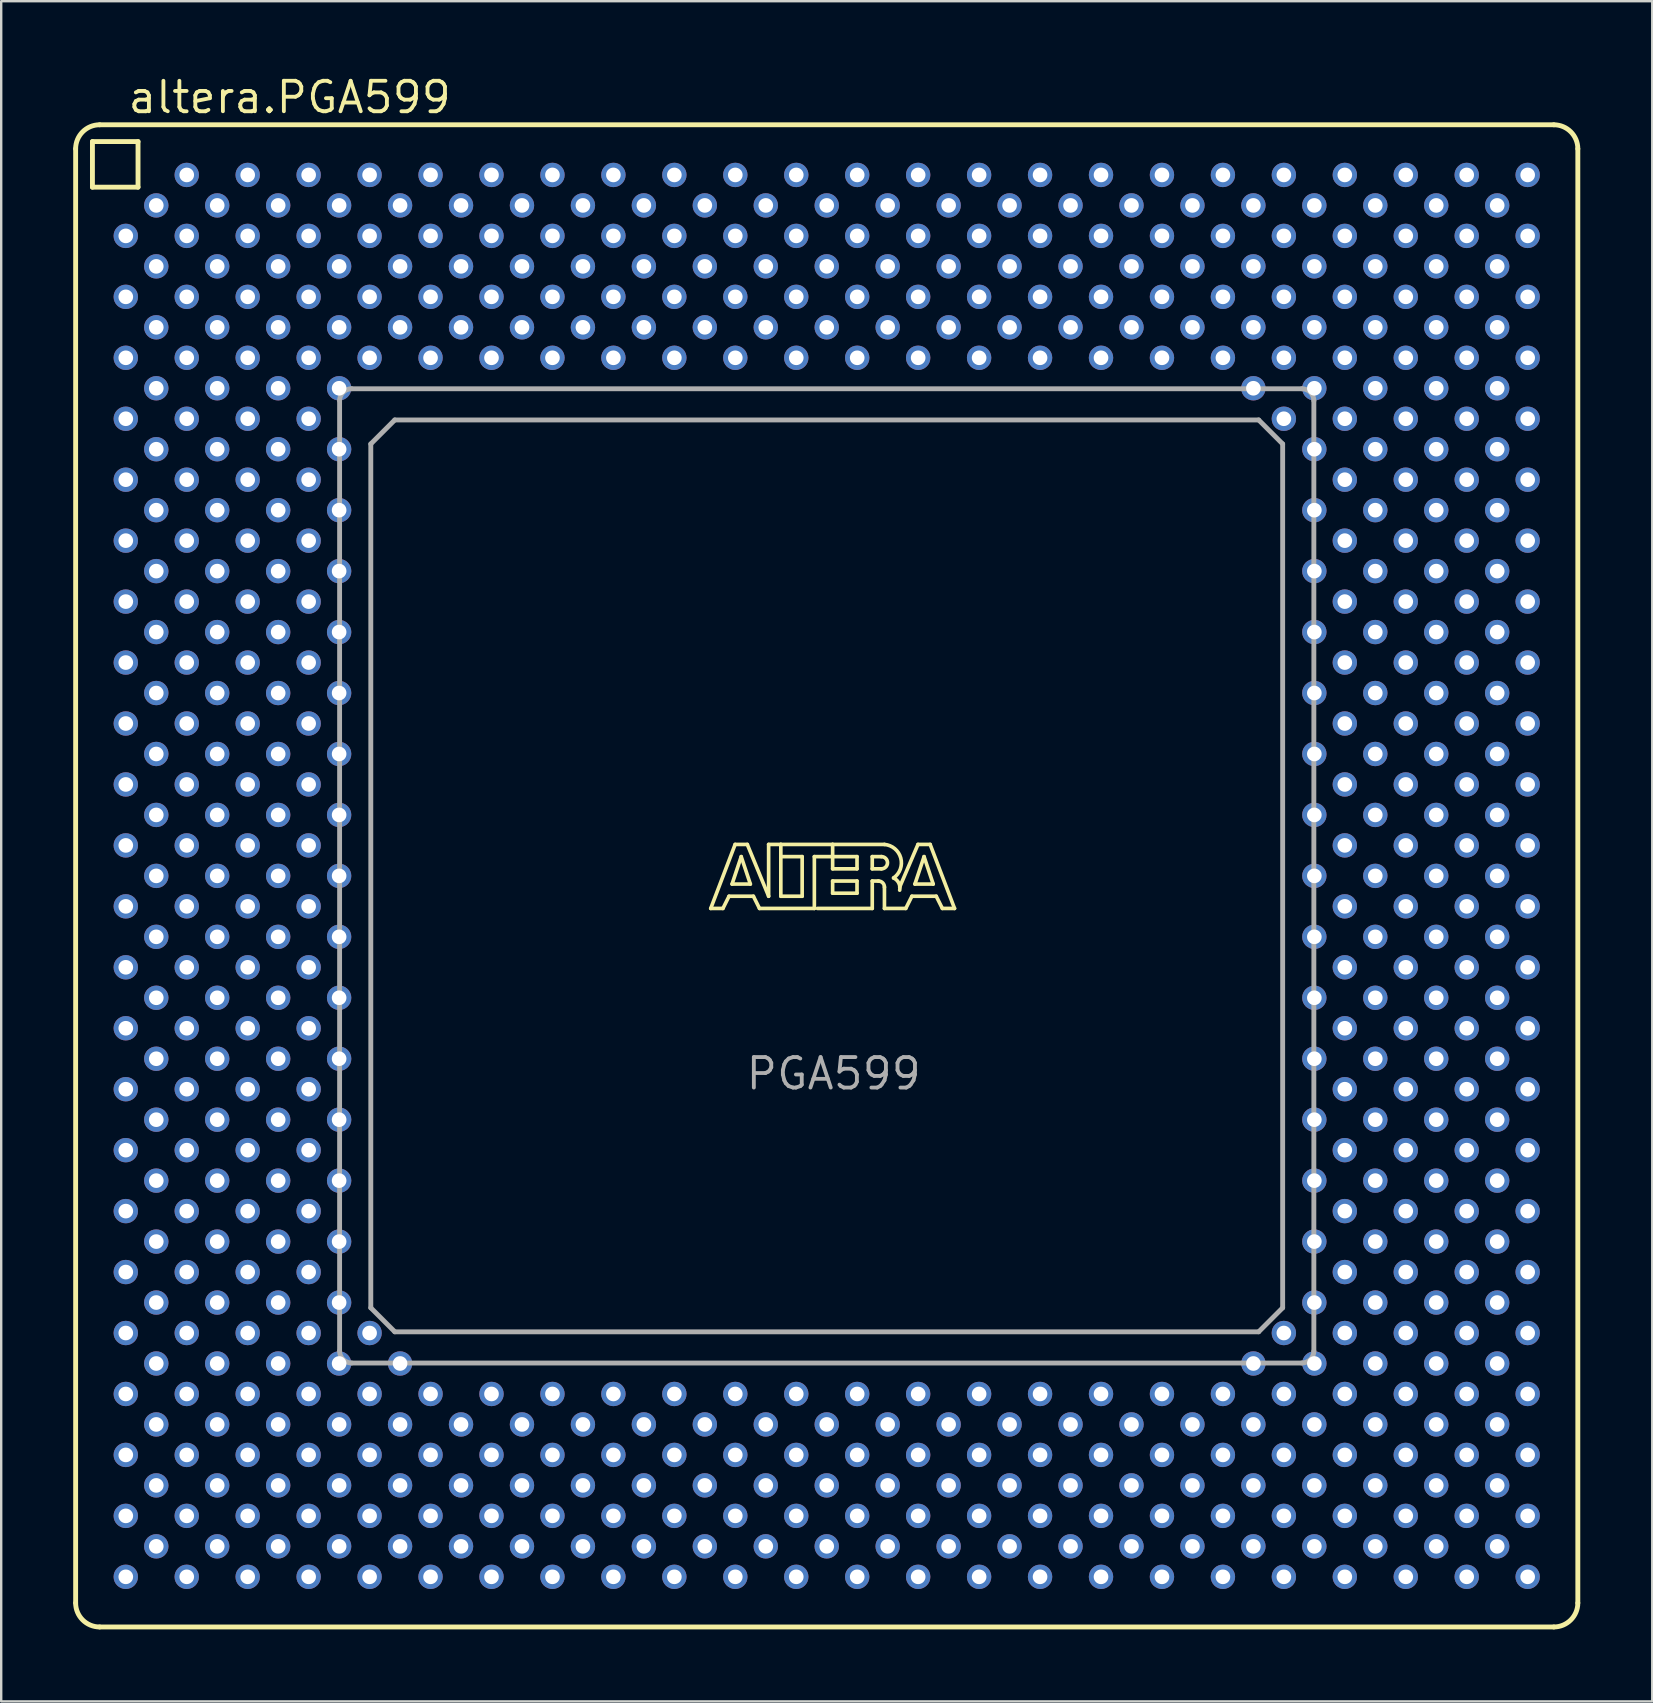
<source format=kicad_pcb>
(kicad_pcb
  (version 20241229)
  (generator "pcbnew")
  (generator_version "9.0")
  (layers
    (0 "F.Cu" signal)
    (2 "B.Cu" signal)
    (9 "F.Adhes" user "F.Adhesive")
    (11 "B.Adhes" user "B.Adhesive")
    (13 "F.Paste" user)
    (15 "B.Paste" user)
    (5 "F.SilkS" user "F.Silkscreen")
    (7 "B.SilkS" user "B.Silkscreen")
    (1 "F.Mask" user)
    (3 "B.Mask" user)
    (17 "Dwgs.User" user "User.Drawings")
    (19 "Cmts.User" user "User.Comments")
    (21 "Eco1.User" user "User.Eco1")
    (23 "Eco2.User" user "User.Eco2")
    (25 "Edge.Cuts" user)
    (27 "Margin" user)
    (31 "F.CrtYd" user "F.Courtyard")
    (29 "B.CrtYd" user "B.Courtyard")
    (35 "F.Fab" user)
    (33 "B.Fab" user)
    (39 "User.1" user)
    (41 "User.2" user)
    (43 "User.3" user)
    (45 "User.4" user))
  (footprint "altera.PGA599"
    (layer "F.Cu")
    (at 31.402 33.45)
    (property "Reference" "altera.PGA599" (at -29.199 -31.7 0) (layer "F.SilkS") (effects (font (size 1.27 1.27) (thickness 0.16)) (justify left bottom)))
    (attr through_hole)
    (fp_line (start -31.3 -30.3) (end -31.3 30.3) (stroke (width 0.203) (type default)) (layer "F.SilkS"))
    (fp_line (start -30.6 -30.6) (end -28.7 -30.6) (stroke (width 0.203) (type default)) (layer "F.SilkS"))
    (fp_line (start -30.6 -28.7) (end -30.6 -30.6) (stroke (width 0.203) (type default)) (layer "F.SilkS"))
    (fp_line (start -30.3 31.3) (end 30.3 31.3) (stroke (width 0.203) (type default)) (layer "F.SilkS"))
    (fp_line (start -28.7 -30.6) (end -28.7 -28.7) (stroke (width 0.203) (type default)) (layer "F.SilkS"))
    (fp_line (start -28.7 -28.7) (end -30.6 -28.7) (stroke (width 0.203) (type default)) (layer "F.SilkS"))
    (fp_line (start -4.834 1.357) (end -3.818 -1.31) (stroke (width 0.152) (type default)) (layer "F.SilkS"))
    (fp_line (start -4.326 1.357) (end -4.834 1.357) (stroke (width 0.152) (type default)) (layer "F.SilkS"))
    (fp_line (start -4.072 0.849) (end -4.326 1.357) (stroke (width 0.152) (type default)) (layer "F.SilkS"))
    (fp_line (start -3.945 0.341) (end -3.183 0.341) (stroke (width 0.152) (type default)) (layer "F.SilkS"))
    (fp_line (start -3.818 -1.31) (end -3.31 -1.31) (stroke (width 0.152) (type default)) (layer "F.SilkS"))
    (fp_line (start -3.564 -0.802) (end -3.945 0.341) (stroke (width 0.152) (type default)) (layer "F.SilkS"))
    (fp_line (start -3.31 -1.31) (end -2.421 0.849) (stroke (width 0.152) (type default)) (layer "F.SilkS"))
    (fp_line (start -3.183 0.341) (end -3.564 -0.802) (stroke (width 0.152) (type default)) (layer "F.SilkS"))
    (fp_line (start -3.056 0.849) (end -4.072 0.849) (stroke (width 0.152) (type default)) (layer "F.SilkS"))
    (fp_line (start -2.802 1.357) (end -3.056 0.849) (stroke (width 0.152) (type default)) (layer "F.SilkS"))
    (fp_line (start -2.421 -1.31) (end -1.913 -1.31) (stroke (width 0.152) (type default)) (layer "F.SilkS"))
    (fp_line (start -2.421 0.849) (end -2.421 -1.31) (stroke (width 0.152) (type default)) (layer "F.SilkS"))
    (fp_line (start -1.913 -1.31) (end -1.913 -0.802) (stroke (width 0.152) (type default)) (layer "F.SilkS"))
    (fp_line (start -1.913 -1.31) (end 0.246 -1.31) (stroke (width 0.152) (type default)) (layer "F.SilkS"))
    (fp_line (start -1.913 -0.802) (end -1.913 0.849) (stroke (width 0.152) (type default)) (layer "F.SilkS"))
    (fp_line (start -1.913 0.849) (end -1.024 0.849) (stroke (width 0.152) (type default)) (layer "F.SilkS"))
    (fp_line (start -1.024 -0.802) (end -1.913 -0.802) (stroke (width 0.152) (type default)) (layer "F.SilkS"))
    (fp_line (start -1.024 0.849) (end -1.024 -0.802) (stroke (width 0.152) (type default)) (layer "F.SilkS"))
    (fp_line (start -0.516 -0.802) (end -0.516 1.357) (stroke (width 0.152) (type default)) (layer "F.SilkS"))
    (fp_line (start -0.516 1.357) (end -2.802 1.357) (stroke (width 0.152) (type default)) (layer "F.SilkS"))
    (fp_line (start 0.246 -1.31) (end 0.246 -0.802) (stroke (width 0.152) (type default)) (layer "F.SilkS"))
    (fp_line (start 0.246 -1.31) (end 2.405 -1.31) (stroke (width 0.152) (type default)) (layer "F.SilkS"))
    (fp_line (start 0.246 -0.802) (end -0.516 -0.802) (stroke (width 0.152) (type default)) (layer "F.SilkS"))
    (fp_line (start 0.246 -0.802) (end 0.246 -0.294) (stroke (width 0.152) (type default)) (layer "F.SilkS"))
    (fp_line (start 0.246 -0.294) (end 1.262 -0.294) (stroke (width 0.152) (type default)) (layer "F.SilkS"))
    (fp_line (start 0.246 0.214) (end 1.262 0.214) (stroke (width 0.152) (type default)) (layer "F.SilkS"))
    (fp_line (start 0.246 0.722) (end 0.246 0.214) (stroke (width 0.152) (type default)) (layer "F.SilkS"))
    (fp_line (start 1.262 -0.802) (end 0.246 -0.802) (stroke (width 0.152) (type default)) (layer "F.SilkS"))
    (fp_line (start 1.262 -0.294) (end 1.262 -0.802) (stroke (width 0.152) (type default)) (layer "F.SilkS"))
    (fp_line (start 1.262 0.214) (end 1.262 0.722) (stroke (width 0.152) (type default)) (layer "F.SilkS"))
    (fp_line (start 1.262 0.722) (end 0.246 0.722) (stroke (width 0.152) (type default)) (layer "F.SilkS"))
    (fp_line (start 1.897 -0.802) (end 1.897 -0.294) (stroke (width 0.152) (type default)) (layer "F.SilkS"))
    (fp_line (start 1.897 -0.294) (end 2.278 -0.294) (stroke (width 0.152) (type default)) (layer "F.SilkS"))
    (fp_line (start 1.897 0.214) (end 1.897 1.357) (stroke (width 0.152) (type default)) (layer "F.SilkS"))
    (fp_line (start 1.897 0.214) (end 2.151 0.214) (stroke (width 0.152) (type default)) (layer "F.SilkS"))
    (fp_line (start 1.897 1.357) (end -0.389 1.357) (stroke (width 0.152) (type default)) (layer "F.SilkS"))
    (fp_line (start 2.278 -0.802) (end 1.897 -0.802) (stroke (width 0.152) (type default)) (layer "F.SilkS"))
    (fp_line (start 2.405 0.468) (end 2.405 1.357) (stroke (width 0.152) (type default)) (layer "F.SilkS"))
    (fp_line (start 2.405 1.357) (end 3.294 1.357) (stroke (width 0.152) (type default)) (layer "F.SilkS"))
    (fp_line (start 3.294 1.357) (end 3.548 0.849) (stroke (width 0.152) (type default)) (layer "F.SilkS"))
    (fp_line (start 3.548 0.849) (end 4.564 0.849) (stroke (width 0.152) (type default)) (layer "F.SilkS"))
    (fp_line (start 3.675 0.341) (end 4.056 -0.802) (stroke (width 0.152) (type default)) (layer "F.SilkS"))
    (fp_line (start 3.802 -1.31) (end 3.04 0.468) (stroke (width 0.152) (type default)) (layer "F.SilkS"))
    (fp_line (start 4.056 -0.802) (end 4.437 0.341) (stroke (width 0.152) (type default)) (layer "F.SilkS"))
    (fp_line (start 4.31 -1.31) (end 3.802 -1.31) (stroke (width 0.152) (type default)) (layer "F.SilkS"))
    (fp_line (start 4.437 0.341) (end 3.675 0.341) (stroke (width 0.152) (type default)) (layer "F.SilkS"))
    (fp_line (start 4.564 0.849) (end 4.818 1.357) (stroke (width 0.152) (type default)) (layer "F.SilkS"))
    (fp_line (start 4.818 1.357) (end 5.326 1.357) (stroke (width 0.152) (type default)) (layer "F.SilkS"))
    (fp_line (start 5.326 1.357) (end 4.31 -1.31) (stroke (width 0.152) (type default)) (layer "F.SilkS"))
    (fp_line (start 30.3 -31.3) (end -30.3 -31.3) (stroke (width 0.203) (type default)) (layer "F.SilkS"))
    (fp_line (start 31.3 30.3) (end 31.3 -30.3) (stroke (width 0.203) (type default)) (layer "F.SilkS"))
    (fp_arc (start -31.3 -30.3) (mid -31.007107 -31.007107) (end -30.3 -31.3) (stroke (width 0.2032) (type default)) (layer "F.SilkS"))
    (fp_arc (start -30.3 31.3) (mid -31.007107 31.007107) (end -31.3 30.3) (stroke (width 0.2032) (type default)) (layer "F.SilkS"))
    (fp_arc (start 2.151 0.214) (mid 2.330605 0.288395) (end 2.405 0.468) (stroke (width 0.1524) (type default)) (layer "F.SilkS"))
    (fp_arc (start 2.278 -0.802) (mid 2.532 -0.548) (end 2.278 -0.294) (stroke (width 0.1524) (type default)) (layer "F.SilkS"))
    (fp_arc (start 2.405 -1.31) (mid 3.084953 -0.74477) (end 2.7861 0.0874) (stroke (width 0.1524) (type default)) (layer "F.SilkS"))
    (fp_arc (start 2.7861 0.0871) (mid 3.002081 0.296587) (end 3.0398 0.5951) (stroke (width 0.1524) (type default)) (layer "F.SilkS"))
    (fp_arc (start 30.3 -31.3) (mid 31.007107 -31.007107) (end 31.3 -30.3) (stroke (width 0.2032) (type default)) (layer "F.SilkS"))
    (fp_arc (start 31.3 30.3) (mid 31.007107 31.007107) (end 30.3 31.3) (stroke (width 0.2032) (type default)) (layer "F.SilkS"))
    (fp_line (start -20.3 -19.8) (end -20.3 19.8) (stroke (width 0.203) (type default)) (layer "F.Fab"))
    (fp_line (start -19.8 20.3) (end 19.8 20.3) (stroke (width 0.203) (type default)) (layer "F.Fab"))
    (fp_line (start -19 -18) (end -19 18) (stroke (width 0.203) (type default)) (layer "F.Fab"))
    (fp_line (start -19 -18) (end -18 -19) (stroke (width 0.203) (type default)) (layer "F.Fab"))
    (fp_line (start -18 19) (end -19 18) (stroke (width 0.203) (type default)) (layer "F.Fab"))
    (fp_line (start -18 19) (end 18 19) (stroke (width 0.203) (type default)) (layer "F.Fab"))
    (fp_line (start 18 -19) (end -18 -19) (stroke (width 0.203) (type default)) (layer "F.Fab"))
    (fp_line (start 18 -19) (end 19 -18) (stroke (width 0.203) (type default)) (layer "F.Fab"))
    (fp_line (start 19 18) (end 18 19) (stroke (width 0.203) (type default)) (layer "F.Fab"))
    (fp_line (start 19 18) (end 19 -18) (stroke (width 0.203) (type default)) (layer "F.Fab"))
    (fp_line (start 19.8 -20.3) (end -19.8 -20.3) (stroke (width 0.203) (type default)) (layer "F.Fab"))
    (fp_line (start 20.3 19.8) (end 20.3 -19.8) (stroke (width 0.203) (type default)) (layer "F.Fab"))
    (fp_arc (start -20.3 -19.8) (mid -20.153624 -20.153483) (end -19.8002 -20.3) (stroke (width 0.2032) (type default)) (layer "F.Fab"))
    (fp_arc (start -19.8002 20.3) (mid -20.153624 20.153483) (end -20.3 19.8) (stroke (width 0.2032) (type default)) (layer "F.Fab"))
    (fp_arc (start 19.8 -20.3) (mid 20.153483 -20.153624) (end 20.3 -19.8002) (stroke (width 0.2032) (type default)) (layer "F.Fab"))
    (fp_arc (start 20.3 19.8002) (mid 20.153483 20.153624) (end 19.8 20.3) (stroke (width 0.2032) (type default)) (layer "F.Fab"))
    (fp_text user "PGA599" (at -3.445 8.985 0) (layer "F.Fab") (effects (font (size 1.27 1.27) (thickness 0.16)) (justify left bottom)))
    (pad "A3" thru_hole circle (at -26.67 -29.21) (size 1.016 1.016) (drill 0.61) (layers "*.Cu" "*.Mask"))
    (pad "A5" thru_hole circle (at -24.13 -29.21) (size 1.016 1.016) (drill 0.61) (layers "*.Cu" "*.Mask"))
    (pad "A7" thru_hole circle (at -21.59 -29.21) (size 1.016 1.016) (drill 0.61) (layers "*.Cu" "*.Mask"))
    (pad "A9" thru_hole circle (at -19.05 -29.21) (size 1.016 1.016) (drill 0.61) (layers "*.Cu" "*.Mask"))
    (pad "A11" thru_hole circle (at -16.51 -29.21) (size 1.016 1.016) (drill 0.61) (layers "*.Cu" "*.Mask"))
    (pad "A13" thru_hole circle (at -13.97 -29.21) (size 1.016 1.016) (drill 0.61) (layers "*.Cu" "*.Mask"))
    (pad "A15" thru_hole circle (at -11.43 -29.21) (size 1.016 1.016) (drill 0.61) (layers "*.Cu" "*.Mask"))
    (pad "A17" thru_hole circle (at -8.89 -29.21) (size 1.016 1.016) (drill 0.61) (layers "*.Cu" "*.Mask"))
    (pad "A19" thru_hole circle (at -6.35 -29.21) (size 1.016 1.016) (drill 0.61) (layers "*.Cu" "*.Mask"))
    (pad "A21" thru_hole circle (at -3.81 -29.21) (size 1.016 1.016) (drill 0.61) (layers "*.Cu" "*.Mask"))
    (pad "A23" thru_hole circle (at -1.27 -29.21) (size 1.016 1.016) (drill 0.61) (layers "*.Cu" "*.Mask"))
    (pad "A25" thru_hole circle (at 1.27 -29.21) (size 1.016 1.016) (drill 0.61) (layers "*.Cu" "*.Mask"))
    (pad "A27" thru_hole circle (at 3.81 -29.21) (size 1.016 1.016) (drill 0.61) (layers "*.Cu" "*.Mask"))
    (pad "A29" thru_hole circle (at 6.35 -29.21) (size 1.016 1.016) (drill 0.61) (layers "*.Cu" "*.Mask"))
    (pad "A31" thru_hole circle (at 8.89 -29.21) (size 1.016 1.016) (drill 0.61) (layers "*.Cu" "*.Mask"))
    (pad "A33" thru_hole circle (at 11.43 -29.21) (size 1.016 1.016) (drill 0.61) (layers "*.Cu" "*.Mask"))
    (pad "A35" thru_hole circle (at 13.97 -29.21) (size 1.016 1.016) (drill 0.61) (layers "*.Cu" "*.Mask"))
    (pad "A37" thru_hole circle (at 16.51 -29.21) (size 1.016 1.016) (drill 0.61) (layers "*.Cu" "*.Mask"))
    (pad "A39" thru_hole circle (at 19.05 -29.21) (size 1.016 1.016) (drill 0.61) (layers "*.Cu" "*.Mask"))
    (pad "A41" thru_hole circle (at 21.59 -29.21) (size 1.016 1.016) (drill 0.61) (layers "*.Cu" "*.Mask"))
    (pad "A43" thru_hole circle (at 24.13 -29.21) (size 1.016 1.016) (drill 0.61) (layers "*.Cu" "*.Mask"))
    (pad "A45" thru_hole circle (at 26.67 -29.21) (size 1.016 1.016) (drill 0.61) (layers "*.Cu" "*.Mask"))
    (pad "A47" thru_hole circle (at 29.21 -29.21) (size 1.016 1.016) (drill 0.61) (layers "*.Cu" "*.Mask"))
    (pad "AA1" thru_hole circle (at -29.21 -3.81) (size 1.016 1.016) (drill 0.61) (layers "*.Cu" "*.Mask"))
    (pad "AA3" thru_hole circle (at -26.67 -3.81) (size 1.016 1.016) (drill 0.61) (layers "*.Cu" "*.Mask"))
    (pad "AA5" thru_hole circle (at -24.13 -3.81) (size 1.016 1.016) (drill 0.61) (layers "*.Cu" "*.Mask"))
    (pad "AA7" thru_hole circle (at -21.59 -3.81) (size 1.016 1.016) (drill 0.61) (layers "*.Cu" "*.Mask"))
    (pad "AA41" thru_hole circle (at 21.59 -3.81) (size 1.016 1.016) (drill 0.61) (layers "*.Cu" "*.Mask"))
    (pad "AA43" thru_hole circle (at 24.13 -3.81) (size 1.016 1.016) (drill 0.61) (layers "*.Cu" "*.Mask"))
    (pad "AA45" thru_hole circle (at 26.67 -3.81) (size 1.016 1.016) (drill 0.61) (layers "*.Cu" "*.Mask"))
    (pad "AA47" thru_hole circle (at 29.21 -3.81) (size 1.016 1.016) (drill 0.61) (layers "*.Cu" "*.Mask"))
    (pad "AB2" thru_hole circle (at -27.94 -2.54) (size 1.016 1.016) (drill 0.61) (layers "*.Cu" "*.Mask"))
    (pad "AB4" thru_hole circle (at -25.4 -2.54) (size 1.016 1.016) (drill 0.61) (layers "*.Cu" "*.Mask"))
    (pad "AB6" thru_hole circle (at -22.86 -2.54) (size 1.016 1.016) (drill 0.61) (layers "*.Cu" "*.Mask"))
    (pad "AB8" thru_hole circle (at -20.32 -2.54) (size 1.016 1.016) (drill 0.61) (layers "*.Cu" "*.Mask"))
    (pad "AB40" thru_hole circle (at 20.32 -2.54) (size 1.016 1.016) (drill 0.61) (layers "*.Cu" "*.Mask"))
    (pad "AB42" thru_hole circle (at 22.86 -2.54) (size 1.016 1.016) (drill 0.61) (layers "*.Cu" "*.Mask"))
    (pad "AB44" thru_hole circle (at 25.4 -2.54) (size 1.016 1.016) (drill 0.61) (layers "*.Cu" "*.Mask"))
    (pad "AB46" thru_hole circle (at 27.94 -2.54) (size 1.016 1.016) (drill 0.61) (layers "*.Cu" "*.Mask"))
    (pad "AC1" thru_hole circle (at -29.21 -1.27) (size 1.016 1.016) (drill 0.61) (layers "*.Cu" "*.Mask"))
    (pad "AC3" thru_hole circle (at -26.67 -1.27) (size 1.016 1.016) (drill 0.61) (layers "*.Cu" "*.Mask"))
    (pad "AC5" thru_hole circle (at -24.13 -1.27) (size 1.016 1.016) (drill 0.61) (layers "*.Cu" "*.Mask"))
    (pad "AC7" thru_hole circle (at -21.59 -1.27) (size 1.016 1.016) (drill 0.61) (layers "*.Cu" "*.Mask"))
    (pad "AC41" thru_hole circle (at 21.59 -1.27) (size 1.016 1.016) (drill 0.61) (layers "*.Cu" "*.Mask"))
    (pad "AC43" thru_hole circle (at 24.13 -1.27) (size 1.016 1.016) (drill 0.61) (layers "*.Cu" "*.Mask"))
    (pad "AC45" thru_hole circle (at 26.67 -1.27) (size 1.016 1.016) (drill 0.61) (layers "*.Cu" "*.Mask"))
    (pad "AC47" thru_hole circle (at 29.21 -1.27) (size 1.016 1.016) (drill 0.61) (layers "*.Cu" "*.Mask"))
    (pad "AD2" thru_hole circle (at -27.94 0) (size 1.016 1.016) (drill 0.61) (layers "*.Cu" "*.Mask"))
    (pad "AD4" thru_hole circle (at -25.4 0) (size 1.016 1.016) (drill 0.61) (layers "*.Cu" "*.Mask"))
    (pad "AD6" thru_hole circle (at -22.86 0) (size 1.016 1.016) (drill 0.61) (layers "*.Cu" "*.Mask"))
    (pad "AD8" thru_hole circle (at -20.32 0) (size 1.016 1.016) (drill 0.61) (layers "*.Cu" "*.Mask"))
    (pad "AD40" thru_hole circle (at 20.32 0) (size 1.016 1.016) (drill 0.61) (layers "*.Cu" "*.Mask"))
    (pad "AD42" thru_hole circle (at 22.86 0) (size 1.016 1.016) (drill 0.61) (layers "*.Cu" "*.Mask"))
    (pad "AD44" thru_hole circle (at 25.4 0) (size 1.016 1.016) (drill 0.61) (layers "*.Cu" "*.Mask"))
    (pad "AD46" thru_hole circle (at 27.94 0) (size 1.016 1.016) (drill 0.61) (layers "*.Cu" "*.Mask"))
    (pad "AE1" thru_hole circle (at -29.21 1.27) (size 1.016 1.016) (drill 0.61) (layers "*.Cu" "*.Mask"))
    (pad "AE3" thru_hole circle (at -26.67 1.27) (size 1.016 1.016) (drill 0.61) (layers "*.Cu" "*.Mask"))
    (pad "AE5" thru_hole circle (at -24.13 1.27) (size 1.016 1.016) (drill 0.61) (layers "*.Cu" "*.Mask"))
    (pad "AE7" thru_hole circle (at -21.59 1.27) (size 1.016 1.016) (drill 0.61) (layers "*.Cu" "*.Mask"))
    (pad "AE41" thru_hole circle (at 21.59 1.27) (size 1.016 1.016) (drill 0.61) (layers "*.Cu" "*.Mask"))
    (pad "AE43" thru_hole circle (at 24.13 1.27) (size 1.016 1.016) (drill 0.61) (layers "*.Cu" "*.Mask"))
    (pad "AE45" thru_hole circle (at 26.67 1.27) (size 1.016 1.016) (drill 0.61) (layers "*.Cu" "*.Mask"))
    (pad "AE47" thru_hole circle (at 29.21 1.27) (size 1.016 1.016) (drill 0.61) (layers "*.Cu" "*.Mask"))
    (pad "AF2" thru_hole circle (at -27.94 2.54) (size 1.016 1.016) (drill 0.61) (layers "*.Cu" "*.Mask"))
    (pad "AF4" thru_hole circle (at -25.4 2.54) (size 1.016 1.016) (drill 0.61) (layers "*.Cu" "*.Mask"))
    (pad "AF6" thru_hole circle (at -22.86 2.54) (size 1.016 1.016) (drill 0.61) (layers "*.Cu" "*.Mask"))
    (pad "AF8" thru_hole circle (at -20.32 2.54) (size 1.016 1.016) (drill 0.61) (layers "*.Cu" "*.Mask"))
    (pad "AF40" thru_hole circle (at 20.32 2.54) (size 1.016 1.016) (drill 0.61) (layers "*.Cu" "*.Mask"))
    (pad "AF42" thru_hole circle (at 22.86 2.54) (size 1.016 1.016) (drill 0.61) (layers "*.Cu" "*.Mask"))
    (pad "AF44" thru_hole circle (at 25.4 2.54) (size 1.016 1.016) (drill 0.61) (layers "*.Cu" "*.Mask"))
    (pad "AF46" thru_hole circle (at 27.94 2.54) (size 1.016 1.016) (drill 0.61) (layers "*.Cu" "*.Mask"))
    (pad "AG1" thru_hole circle (at -29.21 3.81) (size 1.016 1.016) (drill 0.61) (layers "*.Cu" "*.Mask"))
    (pad "AG3" thru_hole circle (at -26.67 3.81) (size 1.016 1.016) (drill 0.61) (layers "*.Cu" "*.Mask"))
    (pad "AG5" thru_hole circle (at -24.13 3.81) (size 1.016 1.016) (drill 0.61) (layers "*.Cu" "*.Mask"))
    (pad "AG7" thru_hole circle (at -21.59 3.81) (size 1.016 1.016) (drill 0.61) (layers "*.Cu" "*.Mask"))
    (pad "AG41" thru_hole circle (at 21.59 3.81) (size 1.016 1.016) (drill 0.61) (layers "*.Cu" "*.Mask"))
    (pad "AG43" thru_hole circle (at 24.13 3.81) (size 1.016 1.016) (drill 0.61) (layers "*.Cu" "*.Mask"))
    (pad "AG45" thru_hole circle (at 26.67 3.81) (size 1.016 1.016) (drill 0.61) (layers "*.Cu" "*.Mask"))
    (pad "AG47" thru_hole circle (at 29.21 3.81) (size 1.016 1.016) (drill 0.61) (layers "*.Cu" "*.Mask"))
    (pad "AH2" thru_hole circle (at -27.94 5.08) (size 1.016 1.016) (drill 0.61) (layers "*.Cu" "*.Mask"))
    (pad "AH4" thru_hole circle (at -25.4 5.08) (size 1.016 1.016) (drill 0.61) (layers "*.Cu" "*.Mask"))
    (pad "AH6" thru_hole circle (at -22.86 5.08) (size 1.016 1.016) (drill 0.61) (layers "*.Cu" "*.Mask"))
    (pad "AH8" thru_hole circle (at -20.32 5.08) (size 1.016 1.016) (drill 0.61) (layers "*.Cu" "*.Mask"))
    (pad "AH40" thru_hole circle (at 20.32 5.08) (size 1.016 1.016) (drill 0.61) (layers "*.Cu" "*.Mask"))
    (pad "AH42" thru_hole circle (at 22.86 5.08) (size 1.016 1.016) (drill 0.61) (layers "*.Cu" "*.Mask"))
    (pad "AH44" thru_hole circle (at 25.4 5.08) (size 1.016 1.016) (drill 0.61) (layers "*.Cu" "*.Mask"))
    (pad "AH46" thru_hole circle (at 27.94 5.08) (size 1.016 1.016) (drill 0.61) (layers "*.Cu" "*.Mask"))
    (pad "AJ1" thru_hole circle (at -29.21 6.35) (size 1.016 1.016) (drill 0.61) (layers "*.Cu" "*.Mask"))
    (pad "AJ3" thru_hole circle (at -26.67 6.35) (size 1.016 1.016) (drill 0.61) (layers "*.Cu" "*.Mask"))
    (pad "AJ5" thru_hole circle (at -24.13 6.35) (size 1.016 1.016) (drill 0.61) (layers "*.Cu" "*.Mask"))
    (pad "AJ7" thru_hole circle (at -21.59 6.35) (size 1.016 1.016) (drill 0.61) (layers "*.Cu" "*.Mask"))
    (pad "AJ41" thru_hole circle (at 21.59 6.35) (size 1.016 1.016) (drill 0.61) (layers "*.Cu" "*.Mask"))
    (pad "AJ43" thru_hole circle (at 24.13 6.35) (size 1.016 1.016) (drill 0.61) (layers "*.Cu" "*.Mask"))
    (pad "AJ45" thru_hole circle (at 26.67 6.35) (size 1.016 1.016) (drill 0.61) (layers "*.Cu" "*.Mask"))
    (pad "AJ47" thru_hole circle (at 29.21 6.35) (size 1.016 1.016) (drill 0.61) (layers "*.Cu" "*.Mask"))
    (pad "AK2" thru_hole circle (at -27.94 7.62) (size 1.016 1.016) (drill 0.61) (layers "*.Cu" "*.Mask"))
    (pad "AK4" thru_hole circle (at -25.4 7.62) (size 1.016 1.016) (drill 0.61) (layers "*.Cu" "*.Mask"))
    (pad "AK6" thru_hole circle (at -22.86 7.62) (size 1.016 1.016) (drill 0.61) (layers "*.Cu" "*.Mask"))
    (pad "AK8" thru_hole circle (at -20.32 7.62) (size 1.016 1.016) (drill 0.61) (layers "*.Cu" "*.Mask"))
    (pad "AK40" thru_hole circle (at 20.32 7.62) (size 1.016 1.016) (drill 0.61) (layers "*.Cu" "*.Mask"))
    (pad "AK42" thru_hole circle (at 22.86 7.62) (size 1.016 1.016) (drill 0.61) (layers "*.Cu" "*.Mask"))
    (pad "AK44" thru_hole circle (at 25.4 7.62) (size 1.016 1.016) (drill 0.61) (layers "*.Cu" "*.Mask"))
    (pad "AK46" thru_hole circle (at 27.94 7.62) (size 1.016 1.016) (drill 0.61) (layers "*.Cu" "*.Mask"))
    (pad "AL1" thru_hole circle (at -29.21 8.89) (size 1.016 1.016) (drill 0.61) (layers "*.Cu" "*.Mask"))
    (pad "AL3" thru_hole circle (at -26.67 8.89) (size 1.016 1.016) (drill 0.61) (layers "*.Cu" "*.Mask"))
    (pad "AL5" thru_hole circle (at -24.13 8.89) (size 1.016 1.016) (drill 0.61) (layers "*.Cu" "*.Mask"))
    (pad "AL7" thru_hole circle (at -21.59 8.89) (size 1.016 1.016) (drill 0.61) (layers "*.Cu" "*.Mask"))
    (pad "AL41" thru_hole circle (at 21.59 8.89) (size 1.016 1.016) (drill 0.61) (layers "*.Cu" "*.Mask"))
    (pad "AL43" thru_hole circle (at 24.13 8.89) (size 1.016 1.016) (drill 0.61) (layers "*.Cu" "*.Mask"))
    (pad "AL45" thru_hole circle (at 26.67 8.89) (size 1.016 1.016) (drill 0.61) (layers "*.Cu" "*.Mask"))
    (pad "AL47" thru_hole circle (at 29.21 8.89) (size 1.016 1.016) (drill 0.61) (layers "*.Cu" "*.Mask"))
    (pad "AM2" thru_hole circle (at -27.94 10.16) (size 1.016 1.016) (drill 0.61) (layers "*.Cu" "*.Mask"))
    (pad "AM4" thru_hole circle (at -25.4 10.16) (size 1.016 1.016) (drill 0.61) (layers "*.Cu" "*.Mask"))
    (pad "AM6" thru_hole circle (at -22.86 10.16) (size 1.016 1.016) (drill 0.61) (layers "*.Cu" "*.Mask"))
    (pad "AM8" thru_hole circle (at -20.32 10.16) (size 1.016 1.016) (drill 0.61) (layers "*.Cu" "*.Mask"))
    (pad "AM40" thru_hole circle (at 20.32 10.16) (size 1.016 1.016) (drill 0.61) (layers "*.Cu" "*.Mask"))
    (pad "AM42" thru_hole circle (at 22.86 10.16) (size 1.016 1.016) (drill 0.61) (layers "*.Cu" "*.Mask"))
    (pad "AM44" thru_hole circle (at 25.4 10.16) (size 1.016 1.016) (drill 0.61) (layers "*.Cu" "*.Mask"))
    (pad "AM46" thru_hole circle (at 27.94 10.16) (size 1.016 1.016) (drill 0.61) (layers "*.Cu" "*.Mask"))
    (pad "AN1" thru_hole circle (at -29.21 11.43) (size 1.016 1.016) (drill 0.61) (layers "*.Cu" "*.Mask"))
    (pad "AN3" thru_hole circle (at -26.67 11.43) (size 1.016 1.016) (drill 0.61) (layers "*.Cu" "*.Mask"))
    (pad "AN5" thru_hole circle (at -24.13 11.43) (size 1.016 1.016) (drill 0.61) (layers "*.Cu" "*.Mask"))
    (pad "AN7" thru_hole circle (at -21.59 11.43) (size 1.016 1.016) (drill 0.61) (layers "*.Cu" "*.Mask"))
    (pad "AN41" thru_hole circle (at 21.59 11.43) (size 1.016 1.016) (drill 0.61) (layers "*.Cu" "*.Mask"))
    (pad "AN43" thru_hole circle (at 24.13 11.43) (size 1.016 1.016) (drill 0.61) (layers "*.Cu" "*.Mask"))
    (pad "AN45" thru_hole circle (at 26.67 11.43) (size 1.016 1.016) (drill 0.61) (layers "*.Cu" "*.Mask"))
    (pad "AN47" thru_hole circle (at 29.21 11.43) (size 1.016 1.016) (drill 0.61) (layers "*.Cu" "*.Mask"))
    (pad "AP2" thru_hole circle (at -27.94 12.7) (size 1.016 1.016) (drill 0.61) (layers "*.Cu" "*.Mask"))
    (pad "AP4" thru_hole circle (at -25.4 12.7) (size 1.016 1.016) (drill 0.61) (layers "*.Cu" "*.Mask"))
    (pad "AP6" thru_hole circle (at -22.86 12.7) (size 1.016 1.016) (drill 0.61) (layers "*.Cu" "*.Mask"))
    (pad "AP8" thru_hole circle (at -20.32 12.7) (size 1.016 1.016) (drill 0.61) (layers "*.Cu" "*.Mask"))
    (pad "AP40" thru_hole circle (at 20.32 12.7) (size 1.016 1.016) (drill 0.61) (layers "*.Cu" "*.Mask"))
    (pad "AP42" thru_hole circle (at 22.86 12.7) (size 1.016 1.016) (drill 0.61) (layers "*.Cu" "*.Mask"))
    (pad "AP44" thru_hole circle (at 25.4 12.7) (size 1.016 1.016) (drill 0.61) (layers "*.Cu" "*.Mask"))
    (pad "AP46" thru_hole circle (at 27.94 12.7) (size 1.016 1.016) (drill 0.61) (layers "*.Cu" "*.Mask"))
    (pad "AR1" thru_hole circle (at -29.21 13.97) (size 1.016 1.016) (drill 0.61) (layers "*.Cu" "*.Mask"))
    (pad "AR3" thru_hole circle (at -26.67 13.97) (size 1.016 1.016) (drill 0.61) (layers "*.Cu" "*.Mask"))
    (pad "AR5" thru_hole circle (at -24.13 13.97) (size 1.016 1.016) (drill 0.61) (layers "*.Cu" "*.Mask"))
    (pad "AR7" thru_hole circle (at -21.59 13.97) (size 1.016 1.016) (drill 0.61) (layers "*.Cu" "*.Mask"))
    (pad "AR41" thru_hole circle (at 21.59 13.97) (size 1.016 1.016) (drill 0.61) (layers "*.Cu" "*.Mask"))
    (pad "AR43" thru_hole circle (at 24.13 13.97) (size 1.016 1.016) (drill 0.61) (layers "*.Cu" "*.Mask"))
    (pad "AR45" thru_hole circle (at 26.67 13.97) (size 1.016 1.016) (drill 0.61) (layers "*.Cu" "*.Mask"))
    (pad "AR47" thru_hole circle (at 29.21 13.97) (size 1.016 1.016) (drill 0.61) (layers "*.Cu" "*.Mask"))
    (pad "AT2" thru_hole circle (at -27.94 15.24) (size 1.016 1.016) (drill 0.61) (layers "*.Cu" "*.Mask"))
    (pad "AT4" thru_hole circle (at -25.4 15.24) (size 1.016 1.016) (drill 0.61) (layers "*.Cu" "*.Mask"))
    (pad "AT6" thru_hole circle (at -22.86 15.24) (size 1.016 1.016) (drill 0.61) (layers "*.Cu" "*.Mask"))
    (pad "AT8" thru_hole circle (at -20.32 15.24) (size 1.016 1.016) (drill 0.61) (layers "*.Cu" "*.Mask"))
    (pad "AT40" thru_hole circle (at 20.32 15.24) (size 1.016 1.016) (drill 0.61) (layers "*.Cu" "*.Mask"))
    (pad "AT42" thru_hole circle (at 22.86 15.24) (size 1.016 1.016) (drill 0.61) (layers "*.Cu" "*.Mask"))
    (pad "AT44" thru_hole circle (at 25.4 15.24) (size 1.016 1.016) (drill 0.61) (layers "*.Cu" "*.Mask"))
    (pad "AT46" thru_hole circle (at 27.94 15.24) (size 1.016 1.016) (drill 0.61) (layers "*.Cu" "*.Mask"))
    (pad "AU1" thru_hole circle (at -29.21 16.51) (size 1.016 1.016) (drill 0.61) (layers "*.Cu" "*.Mask"))
    (pad "AU3" thru_hole circle (at -26.67 16.51) (size 1.016 1.016) (drill 0.61) (layers "*.Cu" "*.Mask"))
    (pad "AU5" thru_hole circle (at -24.13 16.51) (size 1.016 1.016) (drill 0.61) (layers "*.Cu" "*.Mask"))
    (pad "AU7" thru_hole circle (at -21.59 16.51) (size 1.016 1.016) (drill 0.61) (layers "*.Cu" "*.Mask"))
    (pad "AU41" thru_hole circle (at 21.59 16.51) (size 1.016 1.016) (drill 0.61) (layers "*.Cu" "*.Mask"))
    (pad "AU43" thru_hole circle (at 24.13 16.51) (size 1.016 1.016) (drill 0.61) (layers "*.Cu" "*.Mask"))
    (pad "AU45" thru_hole circle (at 26.67 16.51) (size 1.016 1.016) (drill 0.61) (layers "*.Cu" "*.Mask"))
    (pad "AU47" thru_hole circle (at 29.21 16.51) (size 1.016 1.016) (drill 0.61) (layers "*.Cu" "*.Mask"))
    (pad "AV2" thru_hole circle (at -27.94 17.78) (size 1.016 1.016) (drill 0.61) (layers "*.Cu" "*.Mask"))
    (pad "AV4" thru_hole circle (at -25.4 17.78) (size 1.016 1.016) (drill 0.61) (layers "*.Cu" "*.Mask"))
    (pad "AV6" thru_hole circle (at -22.86 17.78) (size 1.016 1.016) (drill 0.61) (layers "*.Cu" "*.Mask"))
    (pad "AV8" thru_hole circle (at -20.32 17.78) (size 1.016 1.016) (drill 0.61) (layers "*.Cu" "*.Mask"))
    (pad "AV40" thru_hole circle (at 20.32 17.78) (size 1.016 1.016) (drill 0.61) (layers "*.Cu" "*.Mask"))
    (pad "AV42" thru_hole circle (at 22.86 17.78) (size 1.016 1.016) (drill 0.61) (layers "*.Cu" "*.Mask"))
    (pad "AV44" thru_hole circle (at 25.4 17.78) (size 1.016 1.016) (drill 0.61) (layers "*.Cu" "*.Mask"))
    (pad "AV46" thru_hole circle (at 27.94 17.78) (size 1.016 1.016) (drill 0.61) (layers "*.Cu" "*.Mask"))
    (pad "AW1" thru_hole circle (at -29.21 19.05) (size 1.016 1.016) (drill 0.61) (layers "*.Cu" "*.Mask"))
    (pad "AW3" thru_hole circle (at -26.67 19.05) (size 1.016 1.016) (drill 0.61) (layers "*.Cu" "*.Mask"))
    (pad "AW5" thru_hole circle (at -24.13 19.05) (size 1.016 1.016) (drill 0.61) (layers "*.Cu" "*.Mask"))
    (pad "AW7" thru_hole circle (at -21.59 19.05) (size 1.016 1.016) (drill 0.61) (layers "*.Cu" "*.Mask"))
    (pad "AW9" thru_hole circle (at -19.05 19.05) (size 1.016 1.016) (drill 0.61) (layers "*.Cu" "*.Mask"))
    (pad "AW39" thru_hole circle (at 19.05 19.05) (size 1.016 1.016) (drill 0.61) (layers "*.Cu" "*.Mask"))
    (pad "AW41" thru_hole circle (at 21.59 19.05) (size 1.016 1.016) (drill 0.61) (layers "*.Cu" "*.Mask"))
    (pad "AW43" thru_hole circle (at 24.13 19.05) (size 1.016 1.016) (drill 0.61) (layers "*.Cu" "*.Mask"))
    (pad "AW45" thru_hole circle (at 26.67 19.05) (size 1.016 1.016) (drill 0.61) (layers "*.Cu" "*.Mask"))
    (pad "AW47" thru_hole circle (at 29.21 19.05) (size 1.016 1.016) (drill 0.61) (layers "*.Cu" "*.Mask"))
    (pad "AY2" thru_hole circle (at -27.94 20.32) (size 1.016 1.016) (drill 0.61) (layers "*.Cu" "*.Mask"))
    (pad "AY4" thru_hole circle (at -25.4 20.32) (size 1.016 1.016) (drill 0.61) (layers "*.Cu" "*.Mask"))
    (pad "AY6" thru_hole circle (at -22.86 20.32) (size 1.016 1.016) (drill 0.61) (layers "*.Cu" "*.Mask"))
    (pad "AY8" thru_hole circle (at -20.32 20.32) (size 1.016 1.016) (drill 0.61) (layers "*.Cu" "*.Mask"))
    (pad "AY10" thru_hole circle (at -17.78 20.32) (size 1.016 1.016) (drill 0.61) (layers "*.Cu" "*.Mask"))
    (pad "AY38" thru_hole circle (at 17.78 20.32) (size 1.016 1.016) (drill 0.61) (layers "*.Cu" "*.Mask"))
    (pad "AY40" thru_hole circle (at 20.32 20.32) (size 1.016 1.016) (drill 0.61) (layers "*.Cu" "*.Mask"))
    (pad "AY42" thru_hole circle (at 22.86 20.32) (size 1.016 1.016) (drill 0.61) (layers "*.Cu" "*.Mask"))
    (pad "AY44" thru_hole circle (at 25.4 20.32) (size 1.016 1.016) (drill 0.61) (layers "*.Cu" "*.Mask"))
    (pad "AY46" thru_hole circle (at 27.94 20.32) (size 1.016 1.016) (drill 0.61) (layers "*.Cu" "*.Mask"))
    (pad "B2" thru_hole circle (at -27.94 -27.94) (size 1.016 1.016) (drill 0.61) (layers "*.Cu" "*.Mask"))
    (pad "B4" thru_hole circle (at -25.4 -27.94) (size 1.016 1.016) (drill 0.61) (layers "*.Cu" "*.Mask"))
    (pad "B6" thru_hole circle (at -22.86 -27.94) (size 1.016 1.016) (drill 0.61) (layers "*.Cu" "*.Mask"))
    (pad "B8" thru_hole circle (at -20.32 -27.94) (size 1.016 1.016) (drill 0.61) (layers "*.Cu" "*.Mask"))
    (pad "B10" thru_hole circle (at -17.78 -27.94) (size 1.016 1.016) (drill 0.61) (layers "*.Cu" "*.Mask"))
    (pad "B12" thru_hole circle (at -15.24 -27.94) (size 1.016 1.016) (drill 0.61) (layers "*.Cu" "*.Mask"))
    (pad "B14" thru_hole circle (at -12.7 -27.94) (size 1.016 1.016) (drill 0.61) (layers "*.Cu" "*.Mask"))
    (pad "B16" thru_hole circle (at -10.16 -27.94) (size 1.016 1.016) (drill 0.61) (layers "*.Cu" "*.Mask"))
    (pad "B18" thru_hole circle (at -7.62 -27.94) (size 1.016 1.016) (drill 0.61) (layers "*.Cu" "*.Mask"))
    (pad "B20" thru_hole circle (at -5.08 -27.94) (size 1.016 1.016) (drill 0.61) (layers "*.Cu" "*.Mask"))
    (pad "B22" thru_hole circle (at -2.54 -27.94) (size 1.016 1.016) (drill 0.61) (layers "*.Cu" "*.Mask"))
    (pad "B24" thru_hole circle (at 0 -27.94) (size 1.016 1.016) (drill 0.61) (layers "*.Cu" "*.Mask"))
    (pad "B26" thru_hole circle (at 2.54 -27.94) (size 1.016 1.016) (drill 0.61) (layers "*.Cu" "*.Mask"))
    (pad "B28" thru_hole circle (at 5.08 -27.94) (size 1.016 1.016) (drill 0.61) (layers "*.Cu" "*.Mask"))
    (pad "B30" thru_hole circle (at 7.62 -27.94) (size 1.016 1.016) (drill 0.61) (layers "*.Cu" "*.Mask"))
    (pad "B32" thru_hole circle (at 10.16 -27.94) (size 1.016 1.016) (drill 0.61) (layers "*.Cu" "*.Mask"))
    (pad "B34" thru_hole circle (at 12.7 -27.94) (size 1.016 1.016) (drill 0.61) (layers "*.Cu" "*.Mask"))
    (pad "B36" thru_hole circle (at 15.24 -27.94) (size 1.016 1.016) (drill 0.61) (layers "*.Cu" "*.Mask"))
    (pad "B38" thru_hole circle (at 17.78 -27.94) (size 1.016 1.016) (drill 0.61) (layers "*.Cu" "*.Mask"))
    (pad "B40" thru_hole circle (at 20.32 -27.94) (size 1.016 1.016) (drill 0.61) (layers "*.Cu" "*.Mask"))
    (pad "B42" thru_hole circle (at 22.86 -27.94) (size 1.016 1.016) (drill 0.61) (layers "*.Cu" "*.Mask"))
    (pad "B44" thru_hole circle (at 25.4 -27.94) (size 1.016 1.016) (drill 0.61) (layers "*.Cu" "*.Mask"))
    (pad "B46" thru_hole circle (at 27.94 -27.94) (size 1.016 1.016) (drill 0.61) (layers "*.Cu" "*.Mask"))
    (pad "BA1" thru_hole circle (at -29.21 21.59) (size 1.016 1.016) (drill 0.61) (layers "*.Cu" "*.Mask"))
    (pad "BA3" thru_hole circle (at -26.67 21.59) (size 1.016 1.016) (drill 0.61) (layers "*.Cu" "*.Mask"))
    (pad "BA5" thru_hole circle (at -24.13 21.59) (size 1.016 1.016) (drill 0.61) (layers "*.Cu" "*.Mask"))
    (pad "BA7" thru_hole circle (at -21.59 21.59) (size 1.016 1.016) (drill 0.61) (layers "*.Cu" "*.Mask"))
    (pad "BA9" thru_hole circle (at -19.05 21.59) (size 1.016 1.016) (drill 0.61) (layers "*.Cu" "*.Mask"))
    (pad "BA11" thru_hole circle (at -16.51 21.59) (size 1.016 1.016) (drill 0.61) (layers "*.Cu" "*.Mask"))
    (pad "BA13" thru_hole circle (at -13.97 21.59) (size 1.016 1.016) (drill 0.61) (layers "*.Cu" "*.Mask"))
    (pad "BA15" thru_hole circle (at -11.43 21.59) (size 1.016 1.016) (drill 0.61) (layers "*.Cu" "*.Mask"))
    (pad "BA17" thru_hole circle (at -8.89 21.59) (size 1.016 1.016) (drill 0.61) (layers "*.Cu" "*.Mask"))
    (pad "BA19" thru_hole circle (at -6.35 21.59) (size 1.016 1.016) (drill 0.61) (layers "*.Cu" "*.Mask"))
    (pad "BA21" thru_hole circle (at -3.81 21.59) (size 1.016 1.016) (drill 0.61) (layers "*.Cu" "*.Mask"))
    (pad "BA23" thru_hole circle (at -1.27 21.59) (size 1.016 1.016) (drill 0.61) (layers "*.Cu" "*.Mask"))
    (pad "BA25" thru_hole circle (at 1.27 21.59) (size 1.016 1.016) (drill 0.61) (layers "*.Cu" "*.Mask"))
    (pad "BA27" thru_hole circle (at 3.81 21.59) (size 1.016 1.016) (drill 0.61) (layers "*.Cu" "*.Mask"))
    (pad "BA29" thru_hole circle (at 6.35 21.59) (size 1.016 1.016) (drill 0.61) (layers "*.Cu" "*.Mask"))
    (pad "BA31" thru_hole circle (at 8.89 21.59) (size 1.016 1.016) (drill 0.61) (layers "*.Cu" "*.Mask"))
    (pad "BA33" thru_hole circle (at 11.43 21.59) (size 1.016 1.016) (drill 0.61) (layers "*.Cu" "*.Mask"))
    (pad "BA35" thru_hole circle (at 13.97 21.59) (size 1.016 1.016) (drill 0.61) (layers "*.Cu" "*.Mask"))
    (pad "BA37" thru_hole circle (at 16.51 21.59) (size 1.016 1.016) (drill 0.61) (layers "*.Cu" "*.Mask"))
    (pad "BA39" thru_hole circle (at 19.05 21.59) (size 1.016 1.016) (drill 0.61) (layers "*.Cu" "*.Mask"))
    (pad "BA41" thru_hole circle (at 21.59 21.59) (size 1.016 1.016) (drill 0.61) (layers "*.Cu" "*.Mask"))
    (pad "BA43" thru_hole circle (at 24.13 21.59) (size 1.016 1.016) (drill 0.61) (layers "*.Cu" "*.Mask"))
    (pad "BA45" thru_hole circle (at 26.67 21.59) (size 1.016 1.016) (drill 0.61) (layers "*.Cu" "*.Mask"))
    (pad "BA47" thru_hole circle (at 29.21 21.59) (size 1.016 1.016) (drill 0.61) (layers "*.Cu" "*.Mask"))
    (pad "BB2" thru_hole circle (at -27.94 22.86) (size 1.016 1.016) (drill 0.61) (layers "*.Cu" "*.Mask"))
    (pad "BB4" thru_hole circle (at -25.4 22.86) (size 1.016 1.016) (drill 0.61) (layers "*.Cu" "*.Mask"))
    (pad "BB6" thru_hole circle (at -22.86 22.86) (size 1.016 1.016) (drill 0.61) (layers "*.Cu" "*.Mask"))
    (pad "BB8" thru_hole circle (at -20.32 22.86) (size 1.016 1.016) (drill 0.61) (layers "*.Cu" "*.Mask"))
    (pad "BB10" thru_hole circle (at -17.78 22.86) (size 1.016 1.016) (drill 0.61) (layers "*.Cu" "*.Mask"))
    (pad "BB12" thru_hole circle (at -15.24 22.86) (size 1.016 1.016) (drill 0.61) (layers "*.Cu" "*.Mask"))
    (pad "BB14" thru_hole circle (at -12.7 22.86) (size 1.016 1.016) (drill 0.61) (layers "*.Cu" "*.Mask"))
    (pad "BB16" thru_hole circle (at -10.16 22.86) (size 1.016 1.016) (drill 0.61) (layers "*.Cu" "*.Mask"))
    (pad "BB18" thru_hole circle (at -7.62 22.86) (size 1.016 1.016) (drill 0.61) (layers "*.Cu" "*.Mask"))
    (pad "BB20" thru_hole circle (at -5.08 22.86) (size 1.016 1.016) (drill 0.61) (layers "*.Cu" "*.Mask"))
    (pad "BB22" thru_hole circle (at -2.54 22.86) (size 1.016 1.016) (drill 0.61) (layers "*.Cu" "*.Mask"))
    (pad "BB24" thru_hole circle (at 0 22.86) (size 1.016 1.016) (drill 0.61) (layers "*.Cu" "*.Mask"))
    (pad "BB26" thru_hole circle (at 2.54 22.86) (size 1.016 1.016) (drill 0.61) (layers "*.Cu" "*.Mask"))
    (pad "BB28" thru_hole circle (at 5.08 22.86) (size 1.016 1.016) (drill 0.61) (layers "*.Cu" "*.Mask"))
    (pad "BB30" thru_hole circle (at 7.62 22.86) (size 1.016 1.016) (drill 0.61) (layers "*.Cu" "*.Mask"))
    (pad "BB32" thru_hole circle (at 10.16 22.86) (size 1.016 1.016) (drill 0.61) (layers "*.Cu" "*.Mask"))
    (pad "BB34" thru_hole circle (at 12.7 22.86) (size 1.016 1.016) (drill 0.61) (layers "*.Cu" "*.Mask"))
    (pad "BB36" thru_hole circle (at 15.24 22.86) (size 1.016 1.016) (drill 0.61) (layers "*.Cu" "*.Mask"))
    (pad "BB38" thru_hole circle (at 17.78 22.86) (size 1.016 1.016) (drill 0.61) (layers "*.Cu" "*.Mask"))
    (pad "BB40" thru_hole circle (at 20.32 22.86) (size 1.016 1.016) (drill 0.61) (layers "*.Cu" "*.Mask"))
    (pad "BB42" thru_hole circle (at 22.86 22.86) (size 1.016 1.016) (drill 0.61) (layers "*.Cu" "*.Mask"))
    (pad "BB44" thru_hole circle (at 25.4 22.86) (size 1.016 1.016) (drill 0.61) (layers "*.Cu" "*.Mask"))
    (pad "BB46" thru_hole circle (at 27.94 22.86) (size 1.016 1.016) (drill 0.61) (layers "*.Cu" "*.Mask"))
    (pad "BC1" thru_hole circle (at -29.21 24.13) (size 1.016 1.016) (drill 0.61) (layers "*.Cu" "*.Mask"))
    (pad "BC3" thru_hole circle (at -26.67 24.13) (size 1.016 1.016) (drill 0.61) (layers "*.Cu" "*.Mask"))
    (pad "BC5" thru_hole circle (at -24.13 24.13) (size 1.016 1.016) (drill 0.61) (layers "*.Cu" "*.Mask"))
    (pad "BC7" thru_hole circle (at -21.59 24.13) (size 1.016 1.016) (drill 0.61) (layers "*.Cu" "*.Mask"))
    (pad "BC9" thru_hole circle (at -19.05 24.13) (size 1.016 1.016) (drill 0.61) (layers "*.Cu" "*.Mask"))
    (pad "BC11" thru_hole circle (at -16.51 24.13) (size 1.016 1.016) (drill 0.61) (layers "*.Cu" "*.Mask"))
    (pad "BC13" thru_hole circle (at -13.97 24.13) (size 1.016 1.016) (drill 0.61) (layers "*.Cu" "*.Mask"))
    (pad "BC15" thru_hole circle (at -11.43 24.13) (size 1.016 1.016) (drill 0.61) (layers "*.Cu" "*.Mask"))
    (pad "BC17" thru_hole circle (at -8.89 24.13) (size 1.016 1.016) (drill 0.61) (layers "*.Cu" "*.Mask"))
    (pad "BC19" thru_hole circle (at -6.35 24.13) (size 1.016 1.016) (drill 0.61) (layers "*.Cu" "*.Mask"))
    (pad "BC21" thru_hole circle (at -3.81 24.13) (size 1.016 1.016) (drill 0.61) (layers "*.Cu" "*.Mask"))
    (pad "BC23" thru_hole circle (at -1.27 24.13) (size 1.016 1.016) (drill 0.61) (layers "*.Cu" "*.Mask"))
    (pad "BC25" thru_hole circle (at 1.27 24.13) (size 1.016 1.016) (drill 0.61) (layers "*.Cu" "*.Mask"))
    (pad "BC27" thru_hole circle (at 3.81 24.13) (size 1.016 1.016) (drill 0.61) (layers "*.Cu" "*.Mask"))
    (pad "BC29" thru_hole circle (at 6.35 24.13) (size 1.016 1.016) (drill 0.61) (layers "*.Cu" "*.Mask"))
    (pad "BC31" thru_hole circle (at 8.89 24.13) (size 1.016 1.016) (drill 0.61) (layers "*.Cu" "*.Mask"))
    (pad "BC33" thru_hole circle (at 11.43 24.13) (size 1.016 1.016) (drill 0.61) (layers "*.Cu" "*.Mask"))
    (pad "BC35" thru_hole circle (at 13.97 24.13) (size 1.016 1.016) (drill 0.61) (layers "*.Cu" "*.Mask"))
    (pad "BC37" thru_hole circle (at 16.51 24.13) (size 1.016 1.016) (drill 0.61) (layers "*.Cu" "*.Mask"))
    (pad "BC39" thru_hole circle (at 19.05 24.13) (size 1.016 1.016) (drill 0.61) (layers "*.Cu" "*.Mask"))
    (pad "BC41" thru_hole circle (at 21.59 24.13) (size 1.016 1.016) (drill 0.61) (layers "*.Cu" "*.Mask"))
    (pad "BC43" thru_hole circle (at 24.13 24.13) (size 1.016 1.016) (drill 0.61) (layers "*.Cu" "*.Mask"))
    (pad "BC45" thru_hole circle (at 26.67 24.13) (size 1.016 1.016) (drill 0.61) (layers "*.Cu" "*.Mask"))
    (pad "BC47" thru_hole circle (at 29.21 24.13) (size 1.016 1.016) (drill 0.61) (layers "*.Cu" "*.Mask"))
    (pad "BD2" thru_hole circle (at -27.94 25.4) (size 1.016 1.016) (drill 0.61) (layers "*.Cu" "*.Mask"))
    (pad "BD4" thru_hole circle (at -25.4 25.4) (size 1.016 1.016) (drill 0.61) (layers "*.Cu" "*.Mask"))
    (pad "BD6" thru_hole circle (at -22.86 25.4) (size 1.016 1.016) (drill 0.61) (layers "*.Cu" "*.Mask"))
    (pad "BD8" thru_hole circle (at -20.32 25.4) (size 1.016 1.016) (drill 0.61) (layers "*.Cu" "*.Mask"))
    (pad "BD10" thru_hole circle (at -17.78 25.4) (size 1.016 1.016) (drill 0.61) (layers "*.Cu" "*.Mask"))
    (pad "BD12" thru_hole circle (at -15.24 25.4) (size 1.016 1.016) (drill 0.61) (layers "*.Cu" "*.Mask"))
    (pad "BD14" thru_hole circle (at -12.7 25.4) (size 1.016 1.016) (drill 0.61) (layers "*.Cu" "*.Mask"))
    (pad "BD16" thru_hole circle (at -10.16 25.4) (size 1.016 1.016) (drill 0.61) (layers "*.Cu" "*.Mask"))
    (pad "BD18" thru_hole circle (at -7.62 25.4) (size 1.016 1.016) (drill 0.61) (layers "*.Cu" "*.Mask"))
    (pad "BD20" thru_hole circle (at -5.08 25.4) (size 1.016 1.016) (drill 0.61) (layers "*.Cu" "*.Mask"))
    (pad "BD22" thru_hole circle (at -2.54 25.4) (size 1.016 1.016) (drill 0.61) (layers "*.Cu" "*.Mask"))
    (pad "BD24" thru_hole circle (at 0 25.4) (size 1.016 1.016) (drill 0.61) (layers "*.Cu" "*.Mask"))
    (pad "BD26" thru_hole circle (at 2.54 25.4) (size 1.016 1.016) (drill 0.61) (layers "*.Cu" "*.Mask"))
    (pad "BD28" thru_hole circle (at 5.08 25.4) (size 1.016 1.016) (drill 0.61) (layers "*.Cu" "*.Mask"))
    (pad "BD30" thru_hole circle (at 7.62 25.4) (size 1.016 1.016) (drill 0.61) (layers "*.Cu" "*.Mask"))
    (pad "BD32" thru_hole circle (at 10.16 25.4) (size 1.016 1.016) (drill 0.61) (layers "*.Cu" "*.Mask"))
    (pad "BD34" thru_hole circle (at 12.7 25.4) (size 1.016 1.016) (drill 0.61) (layers "*.Cu" "*.Mask"))
    (pad "BD36" thru_hole circle (at 15.24 25.4) (size 1.016 1.016) (drill 0.61) (layers "*.Cu" "*.Mask"))
    (pad "BD38" thru_hole circle (at 17.78 25.4) (size 1.016 1.016) (drill 0.61) (layers "*.Cu" "*.Mask"))
    (pad "BD40" thru_hole circle (at 20.32 25.4) (size 1.016 1.016) (drill 0.61) (layers "*.Cu" "*.Mask"))
    (pad "BD42" thru_hole circle (at 22.86 25.4) (size 1.016 1.016) (drill 0.61) (layers "*.Cu" "*.Mask"))
    (pad "BD44" thru_hole circle (at 25.4 25.4) (size 1.016 1.016) (drill 0.61) (layers "*.Cu" "*.Mask"))
    (pad "BD46" thru_hole circle (at 27.94 25.4) (size 1.016 1.016) (drill 0.61) (layers "*.Cu" "*.Mask"))
    (pad "BE1" thru_hole circle (at -29.21 26.67) (size 1.016 1.016) (drill 0.61) (layers "*.Cu" "*.Mask"))
    (pad "BE3" thru_hole circle (at -26.67 26.67) (size 1.016 1.016) (drill 0.61) (layers "*.Cu" "*.Mask"))
    (pad "BE5" thru_hole circle (at -24.13 26.67) (size 1.016 1.016) (drill 0.61) (layers "*.Cu" "*.Mask"))
    (pad "BE7" thru_hole circle (at -21.59 26.67) (size 1.016 1.016) (drill 0.61) (layers "*.Cu" "*.Mask"))
    (pad "BE9" thru_hole circle (at -19.05 26.67) (size 1.016 1.016) (drill 0.61) (layers "*.Cu" "*.Mask"))
    (pad "BE11" thru_hole circle (at -16.51 26.67) (size 1.016 1.016) (drill 0.61) (layers "*.Cu" "*.Mask"))
    (pad "BE13" thru_hole circle (at -13.97 26.67) (size 1.016 1.016) (drill 0.61) (layers "*.Cu" "*.Mask"))
    (pad "BE15" thru_hole circle (at -11.43 26.67) (size 1.016 1.016) (drill 0.61) (layers "*.Cu" "*.Mask"))
    (pad "BE17" thru_hole circle (at -8.89 26.67) (size 1.016 1.016) (drill 0.61) (layers "*.Cu" "*.Mask"))
    (pad "BE19" thru_hole circle (at -6.35 26.67) (size 1.016 1.016) (drill 0.61) (layers "*.Cu" "*.Mask"))
    (pad "BE21" thru_hole circle (at -3.81 26.67) (size 1.016 1.016) (drill 0.61) (layers "*.Cu" "*.Mask"))
    (pad "BE23" thru_hole circle (at -1.27 26.67) (size 1.016 1.016) (drill 0.61) (layers "*.Cu" "*.Mask"))
    (pad "BE25" thru_hole circle (at 1.27 26.67) (size 1.016 1.016) (drill 0.61) (layers "*.Cu" "*.Mask"))
    (pad "BE27" thru_hole circle (at 3.81 26.67) (size 1.016 1.016) (drill 0.61) (layers "*.Cu" "*.Mask"))
    (pad "BE29" thru_hole circle (at 6.35 26.67) (size 1.016 1.016) (drill 0.61) (layers "*.Cu" "*.Mask"))
    (pad "BE31" thru_hole circle (at 8.89 26.67) (size 1.016 1.016) (drill 0.61) (layers "*.Cu" "*.Mask"))
    (pad "BE33" thru_hole circle (at 11.43 26.67) (size 1.016 1.016) (drill 0.61) (layers "*.Cu" "*.Mask"))
    (pad "BE35" thru_hole circle (at 13.97 26.67) (size 1.016 1.016) (drill 0.61) (layers "*.Cu" "*.Mask"))
    (pad "BE37" thru_hole circle (at 16.51 26.67) (size 1.016 1.016) (drill 0.61) (layers "*.Cu" "*.Mask"))
    (pad "BE39" thru_hole circle (at 19.05 26.67) (size 1.016 1.016) (drill 0.61) (layers "*.Cu" "*.Mask"))
    (pad "BE41" thru_hole circle (at 21.59 26.67) (size 1.016 1.016) (drill 0.61) (layers "*.Cu" "*.Mask"))
    (pad "BE43" thru_hole circle (at 24.13 26.67) (size 1.016 1.016) (drill 0.61) (layers "*.Cu" "*.Mask"))
    (pad "BE45" thru_hole circle (at 26.67 26.67) (size 1.016 1.016) (drill 0.61) (layers "*.Cu" "*.Mask"))
    (pad "BE47" thru_hole circle (at 29.21 26.67) (size 1.016 1.016) (drill 0.61) (layers "*.Cu" "*.Mask"))
    (pad "BF2" thru_hole circle (at -27.94 27.94) (size 1.016 1.016) (drill 0.61) (layers "*.Cu" "*.Mask"))
    (pad "BF4" thru_hole circle (at -25.4 27.94) (size 1.016 1.016) (drill 0.61) (layers "*.Cu" "*.Mask"))
    (pad "BF6" thru_hole circle (at -22.86 27.94) (size 1.016 1.016) (drill 0.61) (layers "*.Cu" "*.Mask"))
    (pad "BF8" thru_hole circle (at -20.32 27.94) (size 1.016 1.016) (drill 0.61) (layers "*.Cu" "*.Mask"))
    (pad "BF10" thru_hole circle (at -17.78 27.94) (size 1.016 1.016) (drill 0.61) (layers "*.Cu" "*.Mask"))
    (pad "BF12" thru_hole circle (at -15.24 27.94) (size 1.016 1.016) (drill 0.61) (layers "*.Cu" "*.Mask"))
    (pad "BF14" thru_hole circle (at -12.7 27.94) (size 1.016 1.016) (drill 0.61) (layers "*.Cu" "*.Mask"))
    (pad "BF16" thru_hole circle (at -10.16 27.94) (size 1.016 1.016) (drill 0.61) (layers "*.Cu" "*.Mask"))
    (pad "BF18" thru_hole circle (at -7.62 27.94) (size 1.016 1.016) (drill 0.61) (layers "*.Cu" "*.Mask"))
    (pad "BF20" thru_hole circle (at -5.08 27.94) (size 1.016 1.016) (drill 0.61) (layers "*.Cu" "*.Mask"))
    (pad "BF22" thru_hole circle (at -2.54 27.94) (size 1.016 1.016) (drill 0.61) (layers "*.Cu" "*.Mask"))
    (pad "BF24" thru_hole circle (at 0 27.94) (size 1.016 1.016) (drill 0.61) (layers "*.Cu" "*.Mask"))
    (pad "BF26" thru_hole circle (at 2.54 27.94) (size 1.016 1.016) (drill 0.61) (layers "*.Cu" "*.Mask"))
    (pad "BF28" thru_hole circle (at 5.08 27.94) (size 1.016 1.016) (drill 0.61) (layers "*.Cu" "*.Mask"))
    (pad "BF30" thru_hole circle (at 7.62 27.94) (size 1.016 1.016) (drill 0.61) (layers "*.Cu" "*.Mask"))
    (pad "BF32" thru_hole circle (at 10.16 27.94) (size 1.016 1.016) (drill 0.61) (layers "*.Cu" "*.Mask"))
    (pad "BF34" thru_hole circle (at 12.7 27.94) (size 1.016 1.016) (drill 0.61) (layers "*.Cu" "*.Mask"))
    (pad "BF36" thru_hole circle (at 15.24 27.94) (size 1.016 1.016) (drill 0.61) (layers "*.Cu" "*.Mask"))
    (pad "BF38" thru_hole circle (at 17.78 27.94) (size 1.016 1.016) (drill 0.61) (layers "*.Cu" "*.Mask"))
    (pad "BF40" thru_hole circle (at 20.32 27.94) (size 1.016 1.016) (drill 0.61) (layers "*.Cu" "*.Mask"))
    (pad "BF42" thru_hole circle (at 22.86 27.94) (size 1.016 1.016) (drill 0.61) (layers "*.Cu" "*.Mask"))
    (pad "BF44" thru_hole circle (at 25.4 27.94) (size 1.016 1.016) (drill 0.61) (layers "*.Cu" "*.Mask"))
    (pad "BF46" thru_hole circle (at 27.94 27.94) (size 1.016 1.016) (drill 0.61) (layers "*.Cu" "*.Mask"))
    (pad "BG1" thru_hole circle (at -29.21 29.21) (size 1.016 1.016) (drill 0.61) (layers "*.Cu" "*.Mask"))
    (pad "BG3" thru_hole circle (at -26.67 29.21) (size 1.016 1.016) (drill 0.61) (layers "*.Cu" "*.Mask"))
    (pad "BG5" thru_hole circle (at -24.13 29.21) (size 1.016 1.016) (drill 0.61) (layers "*.Cu" "*.Mask"))
    (pad "BG7" thru_hole circle (at -21.59 29.21) (size 1.016 1.016) (drill 0.61) (layers "*.Cu" "*.Mask"))
    (pad "BG9" thru_hole circle (at -19.05 29.21) (size 1.016 1.016) (drill 0.61) (layers "*.Cu" "*.Mask"))
    (pad "BG11" thru_hole circle (at -16.51 29.21) (size 1.016 1.016) (drill 0.61) (layers "*.Cu" "*.Mask"))
    (pad "BG13" thru_hole circle (at -13.97 29.21) (size 1.016 1.016) (drill 0.61) (layers "*.Cu" "*.Mask"))
    (pad "BG15" thru_hole circle (at -11.43 29.21) (size 1.016 1.016) (drill 0.61) (layers "*.Cu" "*.Mask"))
    (pad "BG17" thru_hole circle (at -8.89 29.21) (size 1.016 1.016) (drill 0.61) (layers "*.Cu" "*.Mask"))
    (pad "BG19" thru_hole circle (at -6.35 29.21) (size 1.016 1.016) (drill 0.61) (layers "*.Cu" "*.Mask"))
    (pad "BG21" thru_hole circle (at -3.81 29.21) (size 1.016 1.016) (drill 0.61) (layers "*.Cu" "*.Mask"))
    (pad "BG23" thru_hole circle (at -1.27 29.21) (size 1.016 1.016) (drill 0.61) (layers "*.Cu" "*.Mask"))
    (pad "BG25" thru_hole circle (at 1.27 29.21) (size 1.016 1.016) (drill 0.61) (layers "*.Cu" "*.Mask"))
    (pad "BG27" thru_hole circle (at 3.81 29.21) (size 1.016 1.016) (drill 0.61) (layers "*.Cu" "*.Mask"))
    (pad "BG29" thru_hole circle (at 6.35 29.21) (size 1.016 1.016) (drill 0.61) (layers "*.Cu" "*.Mask"))
    (pad "BG31" thru_hole circle (at 8.89 29.21) (size 1.016 1.016) (drill 0.61) (layers "*.Cu" "*.Mask"))
    (pad "BG33" thru_hole circle (at 11.43 29.21) (size 1.016 1.016) (drill 0.61) (layers "*.Cu" "*.Mask"))
    (pad "BG35" thru_hole circle (at 13.97 29.21) (size 1.016 1.016) (drill 0.61) (layers "*.Cu" "*.Mask"))
    (pad "BG37" thru_hole circle (at 16.51 29.21) (size 1.016 1.016) (drill 0.61) (layers "*.Cu" "*.Mask"))
    (pad "BG39" thru_hole circle (at 19.05 29.21) (size 1.016 1.016) (drill 0.61) (layers "*.Cu" "*.Mask"))
    (pad "BG41" thru_hole circle (at 21.59 29.21) (size 1.016 1.016) (drill 0.61) (layers "*.Cu" "*.Mask"))
    (pad "BG43" thru_hole circle (at 24.13 29.21) (size 1.016 1.016) (drill 0.61) (layers "*.Cu" "*.Mask"))
    (pad "BG45" thru_hole circle (at 26.67 29.21) (size 1.016 1.016) (drill 0.61) (layers "*.Cu" "*.Mask"))
    (pad "BG47" thru_hole circle (at 29.21 29.21) (size 1.016 1.016) (drill 0.61) (layers "*.Cu" "*.Mask"))
    (pad "C1" thru_hole circle (at -29.21 -26.67) (size 1.016 1.016) (drill 0.61) (layers "*.Cu" "*.Mask"))
    (pad "C3" thru_hole circle (at -26.67 -26.67) (size 1.016 1.016) (drill 0.61) (layers "*.Cu" "*.Mask"))
    (pad "C5" thru_hole circle (at -24.13 -26.67) (size 1.016 1.016) (drill 0.61) (layers "*.Cu" "*.Mask"))
    (pad "C7" thru_hole circle (at -21.59 -26.67) (size 1.016 1.016) (drill 0.61) (layers "*.Cu" "*.Mask"))
    (pad "C9" thru_hole circle (at -19.05 -26.67) (size 1.016 1.016) (drill 0.61) (layers "*.Cu" "*.Mask"))
    (pad "C11" thru_hole circle (at -16.51 -26.67) (size 1.016 1.016) (drill 0.61) (layers "*.Cu" "*.Mask"))
    (pad "C13" thru_hole circle (at -13.97 -26.67) (size 1.016 1.016) (drill 0.61) (layers "*.Cu" "*.Mask"))
    (pad "C15" thru_hole circle (at -11.43 -26.67) (size 1.016 1.016) (drill 0.61) (layers "*.Cu" "*.Mask"))
    (pad "C17" thru_hole circle (at -8.89 -26.67) (size 1.016 1.016) (drill 0.61) (layers "*.Cu" "*.Mask"))
    (pad "C19" thru_hole circle (at -6.35 -26.67) (size 1.016 1.016) (drill 0.61) (layers "*.Cu" "*.Mask"))
    (pad "C21" thru_hole circle (at -3.81 -26.67) (size 1.016 1.016) (drill 0.61) (layers "*.Cu" "*.Mask"))
    (pad "C23" thru_hole circle (at -1.27 -26.67) (size 1.016 1.016) (drill 0.61) (layers "*.Cu" "*.Mask"))
    (pad "C25" thru_hole circle (at 1.27 -26.67) (size 1.016 1.016) (drill 0.61) (layers "*.Cu" "*.Mask"))
    (pad "C27" thru_hole circle (at 3.81 -26.67) (size 1.016 1.016) (drill 0.61) (layers "*.Cu" "*.Mask"))
    (pad "C29" thru_hole circle (at 6.35 -26.67) (size 1.016 1.016) (drill 0.61) (layers "*.Cu" "*.Mask"))
    (pad "C31" thru_hole circle (at 8.89 -26.67) (size 1.016 1.016) (drill 0.61) (layers "*.Cu" "*.Mask"))
    (pad "C33" thru_hole circle (at 11.43 -26.67) (size 1.016 1.016) (drill 0.61) (layers "*.Cu" "*.Mask"))
    (pad "C35" thru_hole circle (at 13.97 -26.67) (size 1.016 1.016) (drill 0.61) (layers "*.Cu" "*.Mask"))
    (pad "C37" thru_hole circle (at 16.51 -26.67) (size 1.016 1.016) (drill 0.61) (layers "*.Cu" "*.Mask"))
    (pad "C39" thru_hole circle (at 19.05 -26.67) (size 1.016 1.016) (drill 0.61) (layers "*.Cu" "*.Mask"))
    (pad "C41" thru_hole circle (at 21.59 -26.67) (size 1.016 1.016) (drill 0.61) (layers "*.Cu" "*.Mask"))
    (pad "C43" thru_hole circle (at 24.13 -26.67) (size 1.016 1.016) (drill 0.61) (layers "*.Cu" "*.Mask"))
    (pad "C45" thru_hole circle (at 26.67 -26.67) (size 1.016 1.016) (drill 0.61) (layers "*.Cu" "*.Mask"))
    (pad "C47" thru_hole circle (at 29.21 -26.67) (size 1.016 1.016) (drill 0.61) (layers "*.Cu" "*.Mask"))
    (pad "D2" thru_hole circle (at -27.94 -25.4) (size 1.016 1.016) (drill 0.61) (layers "*.Cu" "*.Mask"))
    (pad "D4" thru_hole circle (at -25.4 -25.4) (size 1.016 1.016) (drill 0.61) (layers "*.Cu" "*.Mask"))
    (pad "D6" thru_hole circle (at -22.86 -25.4) (size 1.016 1.016) (drill 0.61) (layers "*.Cu" "*.Mask"))
    (pad "D8" thru_hole circle (at -20.32 -25.4) (size 1.016 1.016) (drill 0.61) (layers "*.Cu" "*.Mask"))
    (pad "D10" thru_hole circle (at -17.78 -25.4) (size 1.016 1.016) (drill 0.61) (layers "*.Cu" "*.Mask"))
    (pad "D12" thru_hole circle (at -15.24 -25.4) (size 1.016 1.016) (drill 0.61) (layers "*.Cu" "*.Mask"))
    (pad "D14" thru_hole circle (at -12.7 -25.4) (size 1.016 1.016) (drill 0.61) (layers "*.Cu" "*.Mask"))
    (pad "D16" thru_hole circle (at -10.16 -25.4) (size 1.016 1.016) (drill 0.61) (layers "*.Cu" "*.Mask"))
    (pad "D18" thru_hole circle (at -7.62 -25.4) (size 1.016 1.016) (drill 0.61) (layers "*.Cu" "*.Mask"))
    (pad "D20" thru_hole circle (at -5.08 -25.4) (size 1.016 1.016) (drill 0.61) (layers "*.Cu" "*.Mask"))
    (pad "D22" thru_hole circle (at -2.54 -25.4) (size 1.016 1.016) (drill 0.61) (layers "*.Cu" "*.Mask"))
    (pad "D24" thru_hole circle (at 0 -25.4) (size 1.016 1.016) (drill 0.61) (layers "*.Cu" "*.Mask"))
    (pad "D26" thru_hole circle (at 2.54 -25.4) (size 1.016 1.016) (drill 0.61) (layers "*.Cu" "*.Mask"))
    (pad "D28" thru_hole circle (at 5.08 -25.4) (size 1.016 1.016) (drill 0.61) (layers "*.Cu" "*.Mask"))
    (pad "D30" thru_hole circle (at 7.62 -25.4) (size 1.016 1.016) (drill 0.61) (layers "*.Cu" "*.Mask"))
    (pad "D32" thru_hole circle (at 10.16 -25.4) (size 1.016 1.016) (drill 0.61) (layers "*.Cu" "*.Mask"))
    (pad "D34" thru_hole circle (at 12.7 -25.4) (size 1.016 1.016) (drill 0.61) (layers "*.Cu" "*.Mask"))
    (pad "D36" thru_hole circle (at 15.24 -25.4) (size 1.016 1.016) (drill 0.61) (layers "*.Cu" "*.Mask"))
    (pad "D38" thru_hole circle (at 17.78 -25.4) (size 1.016 1.016) (drill 0.61) (layers "*.Cu" "*.Mask"))
    (pad "D40" thru_hole circle (at 20.32 -25.4) (size 1.016 1.016) (drill 0.61) (layers "*.Cu" "*.Mask"))
    (pad "D42" thru_hole circle (at 22.86 -25.4) (size 1.016 1.016) (drill 0.61) (layers "*.Cu" "*.Mask"))
    (pad "D44" thru_hole circle (at 25.4 -25.4) (size 1.016 1.016) (drill 0.61) (layers "*.Cu" "*.Mask"))
    (pad "D46" thru_hole circle (at 27.94 -25.4) (size 1.016 1.016) (drill 0.61) (layers "*.Cu" "*.Mask"))
    (pad "E1" thru_hole circle (at -29.21 -24.13) (size 1.016 1.016) (drill 0.61) (layers "*.Cu" "*.Mask"))
    (pad "E3" thru_hole circle (at -26.67 -24.13) (size 1.016 1.016) (drill 0.61) (layers "*.Cu" "*.Mask"))
    (pad "E5" thru_hole circle (at -24.13 -24.13) (size 1.016 1.016) (drill 0.61) (layers "*.Cu" "*.Mask"))
    (pad "E7" thru_hole circle (at -21.59 -24.13) (size 1.016 1.016) (drill 0.61) (layers "*.Cu" "*.Mask"))
    (pad "E9" thru_hole circle (at -19.05 -24.13) (size 1.016 1.016) (drill 0.61) (layers "*.Cu" "*.Mask"))
    (pad "E11" thru_hole circle (at -16.51 -24.13) (size 1.016 1.016) (drill 0.61) (layers "*.Cu" "*.Mask"))
    (pad "E13" thru_hole circle (at -13.97 -24.13) (size 1.016 1.016) (drill 0.61) (layers "*.Cu" "*.Mask"))
    (pad "E15" thru_hole circle (at -11.43 -24.13) (size 1.016 1.016) (drill 0.61) (layers "*.Cu" "*.Mask"))
    (pad "E17" thru_hole circle (at -8.89 -24.13) (size 1.016 1.016) (drill 0.61) (layers "*.Cu" "*.Mask"))
    (pad "E19" thru_hole circle (at -6.35 -24.13) (size 1.016 1.016) (drill 0.61) (layers "*.Cu" "*.Mask"))
    (pad "E21" thru_hole circle (at -3.81 -24.13) (size 1.016 1.016) (drill 0.61) (layers "*.Cu" "*.Mask"))
    (pad "E23" thru_hole circle (at -1.27 -24.13) (size 1.016 1.016) (drill 0.61) (layers "*.Cu" "*.Mask"))
    (pad "E25" thru_hole circle (at 1.27 -24.13) (size 1.016 1.016) (drill 0.61) (layers "*.Cu" "*.Mask"))
    (pad "E27" thru_hole circle (at 3.81 -24.13) (size 1.016 1.016) (drill 0.61) (layers "*.Cu" "*.Mask"))
    (pad "E29" thru_hole circle (at 6.35 -24.13) (size 1.016 1.016) (drill 0.61) (layers "*.Cu" "*.Mask"))
    (pad "E31" thru_hole circle (at 8.89 -24.13) (size 1.016 1.016) (drill 0.61) (layers "*.Cu" "*.Mask"))
    (pad "E33" thru_hole circle (at 11.43 -24.13) (size 1.016 1.016) (drill 0.61) (layers "*.Cu" "*.Mask"))
    (pad "E35" thru_hole circle (at 13.97 -24.13) (size 1.016 1.016) (drill 0.61) (layers "*.Cu" "*.Mask"))
    (pad "E37" thru_hole circle (at 16.51 -24.13) (size 1.016 1.016) (drill 0.61) (layers "*.Cu" "*.Mask"))
    (pad "E39" thru_hole circle (at 19.05 -24.13) (size 1.016 1.016) (drill 0.61) (layers "*.Cu" "*.Mask"))
    (pad "E41" thru_hole circle (at 21.59 -24.13) (size 1.016 1.016) (drill 0.61) (layers "*.Cu" "*.Mask"))
    (pad "E43" thru_hole circle (at 24.13 -24.13) (size 1.016 1.016) (drill 0.61) (layers "*.Cu" "*.Mask"))
    (pad "E45" thru_hole circle (at 26.67 -24.13) (size 1.016 1.016) (drill 0.61) (layers "*.Cu" "*.Mask"))
    (pad "E47" thru_hole circle (at 29.21 -24.13) (size 1.016 1.016) (drill 0.61) (layers "*.Cu" "*.Mask"))
    (pad "F2" thru_hole circle (at -27.94 -22.86) (size 1.016 1.016) (drill 0.61) (layers "*.Cu" "*.Mask"))
    (pad "F4" thru_hole circle (at -25.4 -22.86) (size 1.016 1.016) (drill 0.61) (layers "*.Cu" "*.Mask"))
    (pad "F6" thru_hole circle (at -22.86 -22.86) (size 1.016 1.016) (drill 0.61) (layers "*.Cu" "*.Mask"))
    (pad "F8" thru_hole circle (at -20.32 -22.86) (size 1.016 1.016) (drill 0.61) (layers "*.Cu" "*.Mask"))
    (pad "F10" thru_hole circle (at -17.78 -22.86) (size 1.016 1.016) (drill 0.61) (layers "*.Cu" "*.Mask"))
    (pad "F12" thru_hole circle (at -15.24 -22.86) (size 1.016 1.016) (drill 0.61) (layers "*.Cu" "*.Mask"))
    (pad "F14" thru_hole circle (at -12.7 -22.86) (size 1.016 1.016) (drill 0.61) (layers "*.Cu" "*.Mask"))
    (pad "F16" thru_hole circle (at -10.16 -22.86) (size 1.016 1.016) (drill 0.61) (layers "*.Cu" "*.Mask"))
    (pad "F18" thru_hole circle (at -7.62 -22.86) (size 1.016 1.016) (drill 0.61) (layers "*.Cu" "*.Mask"))
    (pad "F20" thru_hole circle (at -5.08 -22.86) (size 1.016 1.016) (drill 0.61) (layers "*.Cu" "*.Mask"))
    (pad "F22" thru_hole circle (at -2.54 -22.86) (size 1.016 1.016) (drill 0.61) (layers "*.Cu" "*.Mask"))
    (pad "F24" thru_hole circle (at 0 -22.86) (size 1.016 1.016) (drill 0.61) (layers "*.Cu" "*.Mask"))
    (pad "F26" thru_hole circle (at 2.54 -22.86) (size 1.016 1.016) (drill 0.61) (layers "*.Cu" "*.Mask"))
    (pad "F28" thru_hole circle (at 5.08 -22.86) (size 1.016 1.016) (drill 0.61) (layers "*.Cu" "*.Mask"))
    (pad "F30" thru_hole circle (at 7.62 -22.86) (size 1.016 1.016) (drill 0.61) (layers "*.Cu" "*.Mask"))
    (pad "F32" thru_hole circle (at 10.16 -22.86) (size 1.016 1.016) (drill 0.61) (layers "*.Cu" "*.Mask"))
    (pad "F34" thru_hole circle (at 12.7 -22.86) (size 1.016 1.016) (drill 0.61) (layers "*.Cu" "*.Mask"))
    (pad "F36" thru_hole circle (at 15.24 -22.86) (size 1.016 1.016) (drill 0.61) (layers "*.Cu" "*.Mask"))
    (pad "F38" thru_hole circle (at 17.78 -22.86) (size 1.016 1.016) (drill 0.61) (layers "*.Cu" "*.Mask"))
    (pad "F40" thru_hole circle (at 20.32 -22.86) (size 1.016 1.016) (drill 0.61) (layers "*.Cu" "*.Mask"))
    (pad "F42" thru_hole circle (at 22.86 -22.86) (size 1.016 1.016) (drill 0.61) (layers "*.Cu" "*.Mask"))
    (pad "F44" thru_hole circle (at 25.4 -22.86) (size 1.016 1.016) (drill 0.61) (layers "*.Cu" "*.Mask"))
    (pad "F46" thru_hole circle (at 27.94 -22.86) (size 1.016 1.016) (drill 0.61) (layers "*.Cu" "*.Mask"))
    (pad "G1" thru_hole circle (at -29.21 -21.59) (size 1.016 1.016) (drill 0.61) (layers "*.Cu" "*.Mask"))
    (pad "G3" thru_hole circle (at -26.67 -21.59) (size 1.016 1.016) (drill 0.61) (layers "*.Cu" "*.Mask"))
    (pad "G5" thru_hole circle (at -24.13 -21.59) (size 1.016 1.016) (drill 0.61) (layers "*.Cu" "*.Mask"))
    (pad "G7" thru_hole circle (at -21.59 -21.59) (size 1.016 1.016) (drill 0.61) (layers "*.Cu" "*.Mask"))
    (pad "G9" thru_hole circle (at -19.05 -21.59) (size 1.016 1.016) (drill 0.61) (layers "*.Cu" "*.Mask"))
    (pad "G11" thru_hole circle (at -16.51 -21.59) (size 1.016 1.016) (drill 0.61) (layers "*.Cu" "*.Mask"))
    (pad "G13" thru_hole circle (at -13.97 -21.59) (size 1.016 1.016) (drill 0.61) (layers "*.Cu" "*.Mask"))
    (pad "G15" thru_hole circle (at -11.43 -21.59) (size 1.016 1.016) (drill 0.61) (layers "*.Cu" "*.Mask"))
    (pad "G17" thru_hole circle (at -8.89 -21.59) (size 1.016 1.016) (drill 0.61) (layers "*.Cu" "*.Mask"))
    (pad "G19" thru_hole circle (at -6.35 -21.59) (size 1.016 1.016) (drill 0.61) (layers "*.Cu" "*.Mask"))
    (pad "G21" thru_hole circle (at -3.81 -21.59) (size 1.016 1.016) (drill 0.61) (layers "*.Cu" "*.Mask"))
    (pad "G23" thru_hole circle (at -1.27 -21.59) (size 1.016 1.016) (drill 0.61) (layers "*.Cu" "*.Mask"))
    (pad "G25" thru_hole circle (at 1.27 -21.59) (size 1.016 1.016) (drill 0.61) (layers "*.Cu" "*.Mask"))
    (pad "G27" thru_hole circle (at 3.81 -21.59) (size 1.016 1.016) (drill 0.61) (layers "*.Cu" "*.Mask"))
    (pad "G29" thru_hole circle (at 6.35 -21.59) (size 1.016 1.016) (drill 0.61) (layers "*.Cu" "*.Mask"))
    (pad "G31" thru_hole circle (at 8.89 -21.59) (size 1.016 1.016) (drill 0.61) (layers "*.Cu" "*.Mask"))
    (pad "G33" thru_hole circle (at 11.43 -21.59) (size 1.016 1.016) (drill 0.61) (layers "*.Cu" "*.Mask"))
    (pad "G35" thru_hole circle (at 13.97 -21.59) (size 1.016 1.016) (drill 0.61) (layers "*.Cu" "*.Mask"))
    (pad "G37" thru_hole circle (at 16.51 -21.59) (size 1.016 1.016) (drill 0.61) (layers "*.Cu" "*.Mask"))
    (pad "G39" thru_hole circle (at 19.05 -21.59) (size 1.016 1.016) (drill 0.61) (layers "*.Cu" "*.Mask"))
    (pad "G41" thru_hole circle (at 21.59 -21.59) (size 1.016 1.016) (drill 0.61) (layers "*.Cu" "*.Mask"))
    (pad "G43" thru_hole circle (at 24.13 -21.59) (size 1.016 1.016) (drill 0.61) (layers "*.Cu" "*.Mask"))
    (pad "G45" thru_hole circle (at 26.67 -21.59) (size 1.016 1.016) (drill 0.61) (layers "*.Cu" "*.Mask"))
    (pad "G47" thru_hole circle (at 29.21 -21.59) (size 1.016 1.016) (drill 0.61) (layers "*.Cu" "*.Mask"))
    (pad "H2" thru_hole circle (at -27.94 -20.32) (size 1.016 1.016) (drill 0.61) (layers "*.Cu" "*.Mask"))
    (pad "H4" thru_hole circle (at -25.4 -20.32) (size 1.016 1.016) (drill 0.61) (layers "*.Cu" "*.Mask"))
    (pad "H6" thru_hole circle (at -22.86 -20.32) (size 1.016 1.016) (drill 0.61) (layers "*.Cu" "*.Mask"))
    (pad "H8" thru_hole circle (at -20.32 -20.32) (size 1.016 1.016) (drill 0.61) (layers "*.Cu" "*.Mask"))
    (pad "H38" thru_hole circle (at 17.78 -20.32) (size 1.016 1.016) (drill 0.61) (layers "*.Cu" "*.Mask"))
    (pad "H40" thru_hole circle (at 20.32 -20.32) (size 1.016 1.016) (drill 0.61) (layers "*.Cu" "*.Mask"))
    (pad "H42" thru_hole circle (at 22.86 -20.32) (size 1.016 1.016) (drill 0.61) (layers "*.Cu" "*.Mask"))
    (pad "H44" thru_hole circle (at 25.4 -20.32) (size 1.016 1.016) (drill 0.61) (layers "*.Cu" "*.Mask"))
    (pad "H46" thru_hole circle (at 27.94 -20.32) (size 1.016 1.016) (drill 0.61) (layers "*.Cu" "*.Mask"))
    (pad "J1" thru_hole circle (at -29.21 -19.05) (size 1.016 1.016) (drill 0.61) (layers "*.Cu" "*.Mask"))
    (pad "J3" thru_hole circle (at -26.67 -19.05) (size 1.016 1.016) (drill 0.61) (layers "*.Cu" "*.Mask"))
    (pad "J5" thru_hole circle (at -24.13 -19.05) (size 1.016 1.016) (drill 0.61) (layers "*.Cu" "*.Mask"))
    (pad "J7" thru_hole circle (at -21.59 -19.05) (size 1.016 1.016) (drill 0.61) (layers "*.Cu" "*.Mask"))
    (pad "J39" thru_hole circle (at 19.05 -19.05) (size 1.016 1.016) (drill 0.61) (layers "*.Cu" "*.Mask"))
    (pad "J41" thru_hole circle (at 21.59 -19.05) (size 1.016 1.016) (drill 0.61) (layers "*.Cu" "*.Mask"))
    (pad "J43" thru_hole circle (at 24.13 -19.05) (size 1.016 1.016) (drill 0.61) (layers "*.Cu" "*.Mask"))
    (pad "J45" thru_hole circle (at 26.67 -19.05) (size 1.016 1.016) (drill 0.61) (layers "*.Cu" "*.Mask"))
    (pad "J47" thru_hole circle (at 29.21 -19.05) (size 1.016 1.016) (drill 0.61) (layers "*.Cu" "*.Mask"))
    (pad "K2" thru_hole circle (at -27.94 -17.78) (size 1.016 1.016) (drill 0.61) (layers "*.Cu" "*.Mask"))
    (pad "K4" thru_hole circle (at -25.4 -17.78) (size 1.016 1.016) (drill 0.61) (layers "*.Cu" "*.Mask"))
    (pad "K6" thru_hole circle (at -22.86 -17.78) (size 1.016 1.016) (drill 0.61) (layers "*.Cu" "*.Mask"))
    (pad "K8" thru_hole circle (at -20.32 -17.78) (size 1.016 1.016) (drill 0.61) (layers "*.Cu" "*.Mask"))
    (pad "K40" thru_hole circle (at 20.32 -17.78) (size 1.016 1.016) (drill 0.61) (layers "*.Cu" "*.Mask"))
    (pad "K42" thru_hole circle (at 22.86 -17.78) (size 1.016 1.016) (drill 0.61) (layers "*.Cu" "*.Mask"))
    (pad "K44" thru_hole circle (at 25.4 -17.78) (size 1.016 1.016) (drill 0.61) (layers "*.Cu" "*.Mask"))
    (pad "K46" thru_hole circle (at 27.94 -17.78) (size 1.016 1.016) (drill 0.61) (layers "*.Cu" "*.Mask"))
    (pad "L1" thru_hole circle (at -29.21 -16.51) (size 1.016 1.016) (drill 0.61) (layers "*.Cu" "*.Mask"))
    (pad "L3" thru_hole circle (at -26.67 -16.51) (size 1.016 1.016) (drill 0.61) (layers "*.Cu" "*.Mask"))
    (pad "L5" thru_hole circle (at -24.13 -16.51) (size 1.016 1.016) (drill 0.61) (layers "*.Cu" "*.Mask"))
    (pad "L7" thru_hole circle (at -21.59 -16.51) (size 1.016 1.016) (drill 0.61) (layers "*.Cu" "*.Mask"))
    (pad "L41" thru_hole circle (at 21.59 -16.51) (size 1.016 1.016) (drill 0.61) (layers "*.Cu" "*.Mask"))
    (pad "L43" thru_hole circle (at 24.13 -16.51) (size 1.016 1.016) (drill 0.61) (layers "*.Cu" "*.Mask"))
    (pad "L45" thru_hole circle (at 26.67 -16.51) (size 1.016 1.016) (drill 0.61) (layers "*.Cu" "*.Mask"))
    (pad "L47" thru_hole circle (at 29.21 -16.51) (size 1.016 1.016) (drill 0.61) (layers "*.Cu" "*.Mask"))
    (pad "M2" thru_hole circle (at -27.94 -15.24) (size 1.016 1.016) (drill 0.61) (layers "*.Cu" "*.Mask"))
    (pad "M4" thru_hole circle (at -25.4 -15.24) (size 1.016 1.016) (drill 0.61) (layers "*.Cu" "*.Mask"))
    (pad "M6" thru_hole circle (at -22.86 -15.24) (size 1.016 1.016) (drill 0.61) (layers "*.Cu" "*.Mask"))
    (pad "M8" thru_hole circle (at -20.32 -15.24) (size 1.016 1.016) (drill 0.61) (layers "*.Cu" "*.Mask"))
    (pad "M40" thru_hole circle (at 20.32 -15.24) (size 1.016 1.016) (drill 0.61) (layers "*.Cu" "*.Mask"))
    (pad "M42" thru_hole circle (at 22.86 -15.24) (size 1.016 1.016) (drill 0.61) (layers "*.Cu" "*.Mask"))
    (pad "M44" thru_hole circle (at 25.4 -15.24) (size 1.016 1.016) (drill 0.61) (layers "*.Cu" "*.Mask"))
    (pad "M46" thru_hole circle (at 27.94 -15.24) (size 1.016 1.016) (drill 0.61) (layers "*.Cu" "*.Mask"))
    (pad "N1" thru_hole circle (at -29.21 -13.97) (size 1.016 1.016) (drill 0.61) (layers "*.Cu" "*.Mask"))
    (pad "N3" thru_hole circle (at -26.67 -13.97) (size 1.016 1.016) (drill 0.61) (layers "*.Cu" "*.Mask"))
    (pad "N5" thru_hole circle (at -24.13 -13.97) (size 1.016 1.016) (drill 0.61) (layers "*.Cu" "*.Mask"))
    (pad "N7" thru_hole circle (at -21.59 -13.97) (size 1.016 1.016) (drill 0.61) (layers "*.Cu" "*.Mask"))
    (pad "N41" thru_hole circle (at 21.59 -13.97) (size 1.016 1.016) (drill 0.61) (layers "*.Cu" "*.Mask"))
    (pad "N43" thru_hole circle (at 24.13 -13.97) (size 1.016 1.016) (drill 0.61) (layers "*.Cu" "*.Mask"))
    (pad "N45" thru_hole circle (at 26.67 -13.97) (size 1.016 1.016) (drill 0.61) (layers "*.Cu" "*.Mask"))
    (pad "N47" thru_hole circle (at 29.21 -13.97) (size 1.016 1.016) (drill 0.61) (layers "*.Cu" "*.Mask"))
    (pad "P2" thru_hole circle (at -27.94 -12.7) (size 1.016 1.016) (drill 0.61) (layers "*.Cu" "*.Mask"))
    (pad "P4" thru_hole circle (at -25.4 -12.7) (size 1.016 1.016) (drill 0.61) (layers "*.Cu" "*.Mask"))
    (pad "P6" thru_hole circle (at -22.86 -12.7) (size 1.016 1.016) (drill 0.61) (layers "*.Cu" "*.Mask"))
    (pad "P8" thru_hole circle (at -20.32 -12.7) (size 1.016 1.016) (drill 0.61) (layers "*.Cu" "*.Mask"))
    (pad "P40" thru_hole circle (at 20.32 -12.7) (size 1.016 1.016) (drill 0.61) (layers "*.Cu" "*.Mask"))
    (pad "P42" thru_hole circle (at 22.86 -12.7) (size 1.016 1.016) (drill 0.61) (layers "*.Cu" "*.Mask"))
    (pad "P44" thru_hole circle (at 25.4 -12.7) (size 1.016 1.016) (drill 0.61) (layers "*.Cu" "*.Mask"))
    (pad "P46" thru_hole circle (at 27.94 -12.7) (size 1.016 1.016) (drill 0.61) (layers "*.Cu" "*.Mask"))
    (pad "R1" thru_hole circle (at -29.21 -11.43) (size 1.016 1.016) (drill 0.61) (layers "*.Cu" "*.Mask"))
    (pad "R3" thru_hole circle (at -26.67 -11.43) (size 1.016 1.016) (drill 0.61) (layers "*.Cu" "*.Mask"))
    (pad "R5" thru_hole circle (at -24.13 -11.43) (size 1.016 1.016) (drill 0.61) (layers "*.Cu" "*.Mask"))
    (pad "R7" thru_hole circle (at -21.59 -11.43) (size 1.016 1.016) (drill 0.61) (layers "*.Cu" "*.Mask"))
    (pad "R41" thru_hole circle (at 21.59 -11.43) (size 1.016 1.016) (drill 0.61) (layers "*.Cu" "*.Mask"))
    (pad "R43" thru_hole circle (at 24.13 -11.43) (size 1.016 1.016) (drill 0.61) (layers "*.Cu" "*.Mask"))
    (pad "R45" thru_hole circle (at 26.67 -11.43) (size 1.016 1.016) (drill 0.61) (layers "*.Cu" "*.Mask"))
    (pad "R47" thru_hole circle (at 29.21 -11.43) (size 1.016 1.016) (drill 0.61) (layers "*.Cu" "*.Mask"))
    (pad "T2" thru_hole circle (at -27.94 -10.16) (size 1.016 1.016) (drill 0.61) (layers "*.Cu" "*.Mask"))
    (pad "T4" thru_hole circle (at -25.4 -10.16) (size 1.016 1.016) (drill 0.61) (layers "*.Cu" "*.Mask"))
    (pad "T6" thru_hole circle (at -22.86 -10.16) (size 1.016 1.016) (drill 0.61) (layers "*.Cu" "*.Mask"))
    (pad "T8" thru_hole circle (at -20.32 -10.16) (size 1.016 1.016) (drill 0.61) (layers "*.Cu" "*.Mask"))
    (pad "T40" thru_hole circle (at 20.32 -10.16) (size 1.016 1.016) (drill 0.61) (layers "*.Cu" "*.Mask"))
    (pad "T42" thru_hole circle (at 22.86 -10.16) (size 1.016 1.016) (drill 0.61) (layers "*.Cu" "*.Mask"))
    (pad "T44" thru_hole circle (at 25.4 -10.16) (size 1.016 1.016) (drill 0.61) (layers "*.Cu" "*.Mask"))
    (pad "T46" thru_hole circle (at 27.94 -10.16) (size 1.016 1.016) (drill 0.61) (layers "*.Cu" "*.Mask"))
    (pad "U1" thru_hole circle (at -29.21 -8.89) (size 1.016 1.016) (drill 0.61) (layers "*.Cu" "*.Mask"))
    (pad "U3" thru_hole circle (at -26.67 -8.89) (size 1.016 1.016) (drill 0.61) (layers "*.Cu" "*.Mask"))
    (pad "U5" thru_hole circle (at -24.13 -8.89) (size 1.016 1.016) (drill 0.61) (layers "*.Cu" "*.Mask"))
    (pad "U7" thru_hole circle (at -21.59 -8.89) (size 1.016 1.016) (drill 0.61) (layers "*.Cu" "*.Mask"))
    (pad "U41" thru_hole circle (at 21.59 -8.89) (size 1.016 1.016) (drill 0.61) (layers "*.Cu" "*.Mask"))
    (pad "U43" thru_hole circle (at 24.13 -8.89) (size 1.016 1.016) (drill 0.61) (layers "*.Cu" "*.Mask"))
    (pad "U45" thru_hole circle (at 26.67 -8.89) (size 1.016 1.016) (drill 0.61) (layers "*.Cu" "*.Mask"))
    (pad "U47" thru_hole circle (at 29.21 -8.89) (size 1.016 1.016) (drill 0.61) (layers "*.Cu" "*.Mask"))
    (pad "V2" thru_hole circle (at -27.94 -7.62) (size 1.016 1.016) (drill 0.61) (layers "*.Cu" "*.Mask"))
    (pad "V4" thru_hole circle (at -25.4 -7.62) (size 1.016 1.016) (drill 0.61) (layers "*.Cu" "*.Mask"))
    (pad "V6" thru_hole circle (at -22.86 -7.62) (size 1.016 1.016) (drill 0.61) (layers "*.Cu" "*.Mask"))
    (pad "V8" thru_hole circle (at -20.32 -7.62) (size 1.016 1.016) (drill 0.61) (layers "*.Cu" "*.Mask"))
    (pad "V40" thru_hole circle (at 20.32 -7.62) (size 1.016 1.016) (drill 0.61) (layers "*.Cu" "*.Mask"))
    (pad "V42" thru_hole circle (at 22.86 -7.62) (size 1.016 1.016) (drill 0.61) (layers "*.Cu" "*.Mask"))
    (pad "V44" thru_hole circle (at 25.4 -7.62) (size 1.016 1.016) (drill 0.61) (layers "*.Cu" "*.Mask"))
    (pad "V46" thru_hole circle (at 27.94 -7.62) (size 1.016 1.016) (drill 0.61) (layers "*.Cu" "*.Mask"))
    (pad "W1" thru_hole circle (at -29.21 -6.35) (size 1.016 1.016) (drill 0.61) (layers "*.Cu" "*.Mask"))
    (pad "W3" thru_hole circle (at -26.67 -6.35) (size 1.016 1.016) (drill 0.61) (layers "*.Cu" "*.Mask"))
    (pad "W5" thru_hole circle (at -24.13 -6.35) (size 1.016 1.016) (drill 0.61) (layers "*.Cu" "*.Mask"))
    (pad "W7" thru_hole circle (at -21.59 -6.35) (size 1.016 1.016) (drill 0.61) (layers "*.Cu" "*.Mask"))
    (pad "W41" thru_hole circle (at 21.59 -6.35) (size 1.016 1.016) (drill 0.61) (layers "*.Cu" "*.Mask"))
    (pad "W43" thru_hole circle (at 24.13 -6.35) (size 1.016 1.016) (drill 0.61) (layers "*.Cu" "*.Mask"))
    (pad "W45" thru_hole circle (at 26.67 -6.35) (size 1.016 1.016) (drill 0.61) (layers "*.Cu" "*.Mask"))
    (pad "W47" thru_hole circle (at 29.21 -6.35) (size 1.016 1.016) (drill 0.61) (layers "*.Cu" "*.Mask"))
    (pad "Y2" thru_hole circle (at -27.94 -5.08) (size 1.016 1.016) (drill 0.61) (layers "*.Cu" "*.Mask"))
    (pad "Y4" thru_hole circle (at -25.4 -5.08) (size 1.016 1.016) (drill 0.61) (layers "*.Cu" "*.Mask"))
    (pad "Y6" thru_hole circle (at -22.86 -5.08) (size 1.016 1.016) (drill 0.61) (layers "*.Cu" "*.Mask"))
    (pad "Y8" thru_hole circle (at -20.32 -5.08) (size 1.016 1.016) (drill 0.61) (layers "*.Cu" "*.Mask"))
    (pad "Y40" thru_hole circle (at 20.32 -5.08) (size 1.016 1.016) (drill 0.61) (layers "*.Cu" "*.Mask"))
    (pad "Y42" thru_hole circle (at 22.86 -5.08) (size 1.016 1.016) (drill 0.61) (layers "*.Cu" "*.Mask"))
    (pad "Y44" thru_hole circle (at 25.4 -5.08) (size 1.016 1.016) (drill 0.61) (layers "*.Cu" "*.Mask"))
    (pad "Y46" thru_hole circle (at 27.94 -5.08) (size 1.016 1.016) (drill 0.61) (layers "*.Cu" "*.Mask")))
  (gr_rect
    (start -3 -3)
    (end 65.803 67.852)
    (stroke (width 0.1) (type default))
    (fill no)
    (layer "Edge.Cuts")))
</source>
